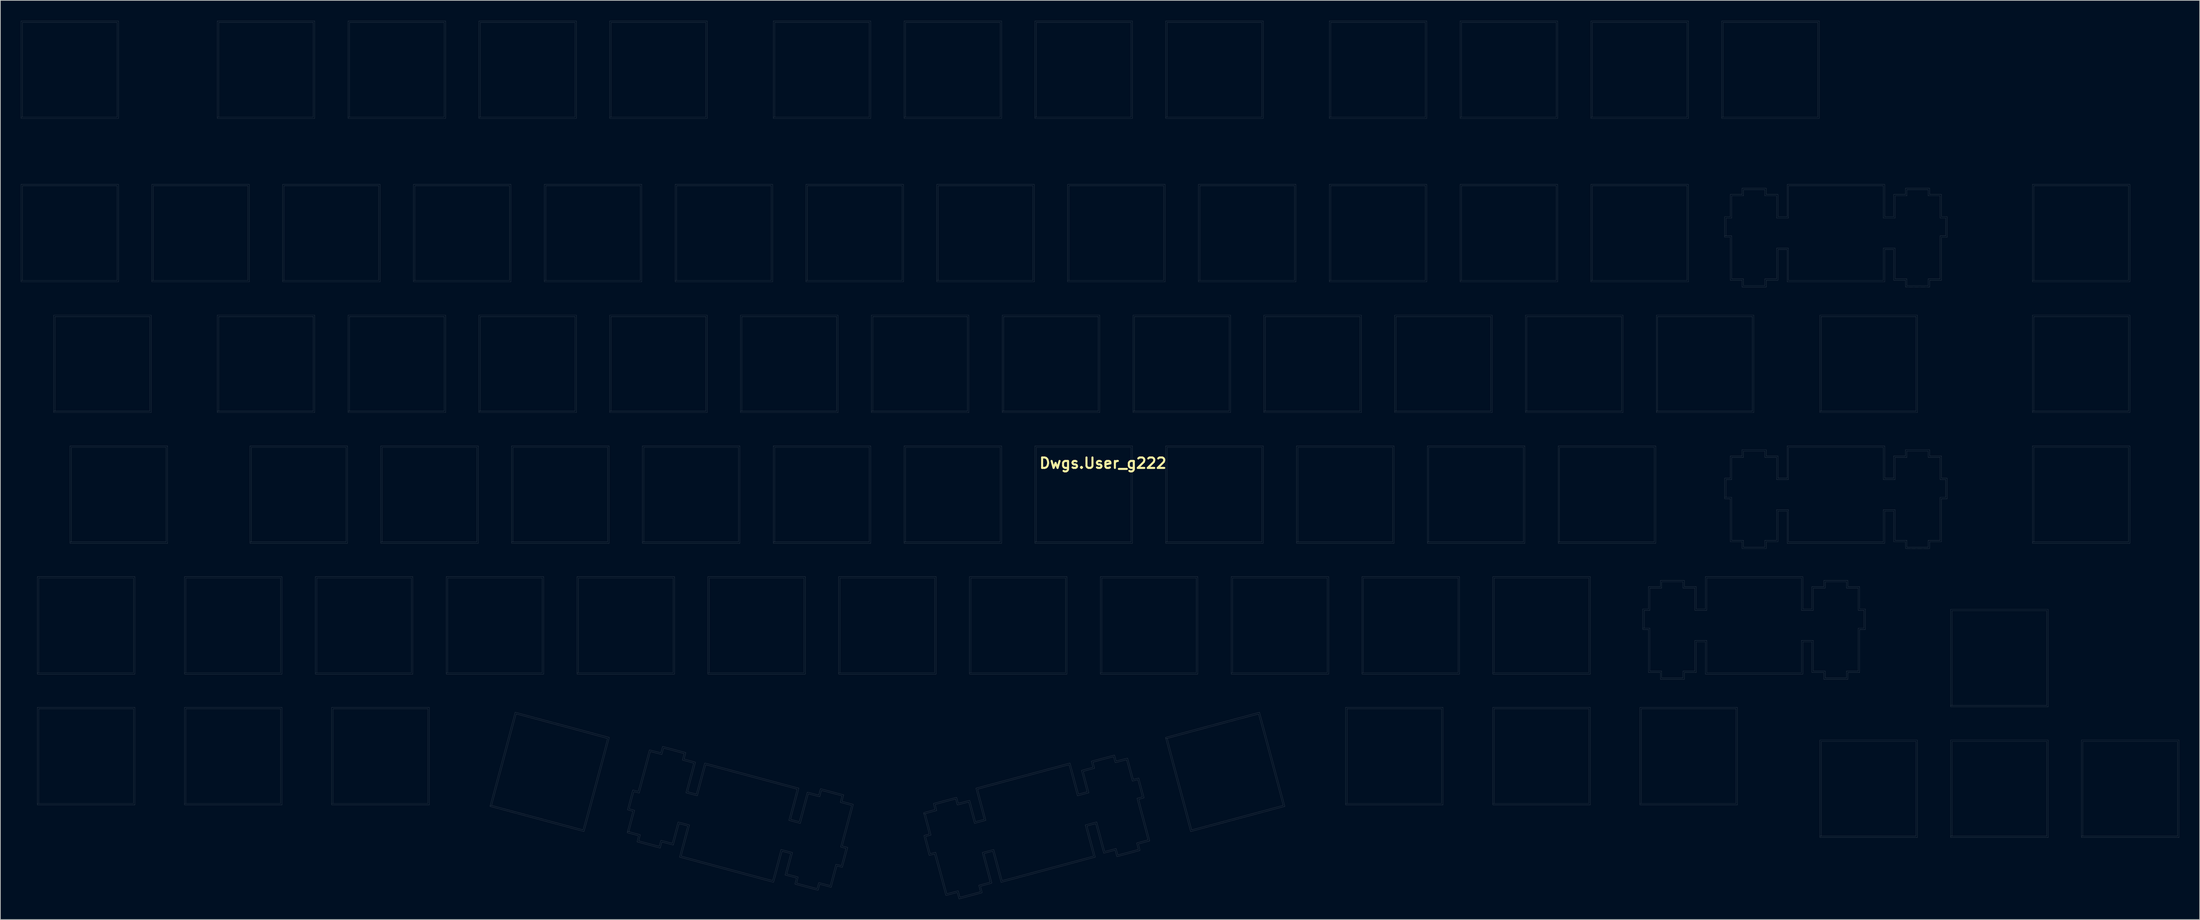
<source format=kicad_pcb>
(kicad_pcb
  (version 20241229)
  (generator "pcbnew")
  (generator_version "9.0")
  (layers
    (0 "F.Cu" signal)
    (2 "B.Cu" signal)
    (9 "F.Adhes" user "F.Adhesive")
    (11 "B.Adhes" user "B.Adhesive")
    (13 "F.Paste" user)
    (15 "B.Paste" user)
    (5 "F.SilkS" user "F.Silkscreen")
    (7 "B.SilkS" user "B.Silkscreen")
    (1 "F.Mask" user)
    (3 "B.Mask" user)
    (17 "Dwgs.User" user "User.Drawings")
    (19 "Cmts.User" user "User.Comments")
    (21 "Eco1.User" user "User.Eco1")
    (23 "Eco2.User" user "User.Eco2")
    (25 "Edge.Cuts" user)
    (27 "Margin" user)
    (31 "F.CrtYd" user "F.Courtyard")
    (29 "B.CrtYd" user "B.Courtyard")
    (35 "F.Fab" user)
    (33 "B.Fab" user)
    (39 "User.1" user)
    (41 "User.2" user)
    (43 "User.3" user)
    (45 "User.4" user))
  (footprint "Dwgs.User_g222"
    (layer "F.Cu")
    (at 157.548 64.436)
    (property "Reference" "Dwgs.User_g222" (at 0 0 0) (layer "F.SilkS") (effects (font (size 1.524 1.524) (thickness 0.3))))
    (attr through_hole)
    (fp_poly (pts (xy -143.341 -50.228) (xy -157.543 -50.228) (xy -157.543 -64.22) (xy -157.332 -64.22) (xy -157.332 -50.44) (xy -143.552 -50.44) (xy -143.552 -64.22) (xy -157.332 -64.22) (xy -157.543 -64.22) (xy -157.543 -64.431) (xy -143.341 -64.431) (xy -143.341 -50.228)) (stroke (width 0.01) (type solid)) (fill no) (layer "Dwgs.User"))
    (fp_poly (pts (xy -143.341 -26.416) (xy -157.543 -26.416) (xy -157.543 -40.407) (xy -157.332 -40.407) (xy -157.332 -26.628) (xy -143.552 -26.628) (xy -143.552 -40.407) (xy -157.332 -40.407) (xy -157.543 -40.407) (xy -157.543 -40.619) (xy -143.341 -40.619) (xy -143.341 -26.416)) (stroke (width 0.01) (type solid)) (fill no) (layer "Dwgs.User"))
    (fp_poly (pts (xy -140.949 30.734) (xy -155.173 30.734) (xy -155.173 16.743) (xy -154.961 16.743) (xy -154.961 30.522) (xy -141.161 30.522) (xy -141.161 16.743) (xy -154.961 16.743) (xy -155.173 16.743) (xy -155.173 16.531) (xy -140.949 16.531) (xy -140.949 30.734)) (stroke (width 0.01) (type solid)) (fill no) (layer "Dwgs.User"))
    (fp_poly (pts (xy -140.949 49.784) (xy -155.173 49.784) (xy -155.173 35.793) (xy -154.961 35.793) (xy -154.961 49.572) (xy -141.161 49.572) (xy -141.161 35.793) (xy -154.961 35.793) (xy -155.173 35.793) (xy -155.173 35.581) (xy -140.949 35.581) (xy -140.949 49.784)) (stroke (width 0.01) (type solid)) (fill no) (layer "Dwgs.User"))
    (fp_poly (pts (xy -138.578 -7.366) (xy -152.781 -7.366) (xy -152.781 -21.357) (xy -152.569 -21.357) (xy -152.569 -7.578) (xy -138.79 -7.578) (xy -138.79 -21.357) (xy -152.569 -21.357) (xy -152.781 -21.357) (xy -152.781 -21.569) (xy -138.578 -21.569) (xy -138.578 -7.366)) (stroke (width 0.01) (type solid)) (fill no) (layer "Dwgs.User"))
    (fp_poly (pts (xy -136.186 11.684) (xy -150.41 11.684) (xy -150.41 -2.307) (xy -150.199 -2.307) (xy -150.199 11.472) (xy -136.398 11.472) (xy -136.398 -2.307) (xy -150.199 -2.307) (xy -150.41 -2.307) (xy -150.41 -2.519) (xy -136.186 -2.519) (xy -136.186 11.684)) (stroke (width 0.01) (type solid)) (fill no) (layer "Dwgs.User"))
    (fp_poly (pts (xy -124.291 -26.416) (xy -138.494 -26.416) (xy -138.494 -40.407) (xy -138.282 -40.407) (xy -138.282 -26.628) (xy -124.502 -26.628) (xy -124.502 -40.407) (xy -138.282 -40.407) (xy -138.494 -40.407) (xy -138.494 -40.619) (xy -124.291 -40.619) (xy -124.291 -26.416)) (stroke (width 0.01) (type solid)) (fill no) (layer "Dwgs.User"))
    (fp_poly (pts (xy -119.528 30.734) (xy -133.731 30.734) (xy -133.731 16.743) (xy -133.519 16.743) (xy -133.519 30.522) (xy -119.74 30.522) (xy -119.74 16.743) (xy -133.519 16.743) (xy -133.731 16.743) (xy -133.731 16.531) (xy -119.528 16.531) (xy -119.528 30.734)) (stroke (width 0.01) (type solid)) (fill no) (layer "Dwgs.User"))
    (fp_poly (pts (xy -119.528 49.784) (xy -133.731 49.784) (xy -133.731 35.793) (xy -133.519 35.793) (xy -133.519 49.572) (xy -119.74 49.572) (xy -119.74 35.793) (xy -133.519 35.793) (xy -133.731 35.793) (xy -133.731 35.581) (xy -119.528 35.581) (xy -119.528 49.784)) (stroke (width 0.01) (type solid)) (fill no) (layer "Dwgs.User"))
    (fp_poly (pts (xy -114.766 -50.228) (xy -128.969 -50.228) (xy -128.969 -64.22) (xy -128.757 -64.22) (xy -128.757 -50.44) (xy -114.977 -50.44) (xy -114.977 -64.22) (xy -128.757 -64.22) (xy -128.969 -64.22) (xy -128.969 -64.431) (xy -114.766 -64.431) (xy -114.766 -50.228)) (stroke (width 0.01) (type solid)) (fill no) (layer "Dwgs.User"))
    (fp_poly (pts (xy -114.766 -7.366) (xy -128.969 -7.366) (xy -128.969 -21.357) (xy -128.757 -21.357) (xy -128.757 -7.578) (xy -114.977 -7.578) (xy -114.977 -21.357) (xy -128.757 -21.357) (xy -128.969 -21.357) (xy -128.969 -21.569) (xy -114.766 -21.569) (xy -114.766 -7.366)) (stroke (width 0.01) (type solid)) (fill no) (layer "Dwgs.User"))
    (fp_poly (pts (xy -110.003 11.684) (xy -124.206 11.684) (xy -124.206 -2.307) (xy -123.994 -2.307) (xy -123.994 11.472) (xy -110.215 11.472) (xy -110.215 -2.307) (xy -123.994 -2.307) (xy -124.206 -2.307) (xy -124.206 -2.519) (xy -110.003 -2.519) (xy -110.003 11.684)) (stroke (width 0.01) (type solid)) (fill no) (layer "Dwgs.User"))
    (fp_poly (pts (xy -105.241 -26.416) (xy -119.444 -26.416) (xy -119.444 -40.407) (xy -119.232 -40.407) (xy -119.232 -26.628) (xy -105.452 -26.628) (xy -105.452 -40.407) (xy -119.232 -40.407) (xy -119.444 -40.407) (xy -119.444 -40.619) (xy -105.241 -40.619) (xy -105.241 -26.416)) (stroke (width 0.01) (type solid)) (fill no) (layer "Dwgs.User"))
    (fp_poly (pts (xy -100.478 30.734) (xy -114.681 30.734) (xy -114.681 16.743) (xy -114.469 16.743) (xy -114.469 30.522) (xy -100.69 30.522) (xy -100.69 16.743) (xy -114.469 16.743) (xy -114.681 16.743) (xy -114.681 16.531) (xy -100.478 16.531) (xy -100.478 30.734)) (stroke (width 0.01) (type solid)) (fill no) (layer "Dwgs.User"))
    (fp_poly (pts (xy -98.086 49.784) (xy -112.31 49.784) (xy -112.31 35.793) (xy -112.099 35.793) (xy -112.099 49.572) (xy -98.298 49.572) (xy -98.298 35.793) (xy -112.099 35.793) (xy -112.31 35.793) (xy -112.31 35.581) (xy -98.086 35.581) (xy -98.086 49.784)) (stroke (width 0.01) (type solid)) (fill no) (layer "Dwgs.User"))
    (fp_poly (pts (xy -95.716 -50.228) (xy -109.918 -50.228) (xy -109.918 -64.22) (xy -109.707 -64.22) (xy -109.707 -50.44) (xy -95.927 -50.44) (xy -95.927 -64.22) (xy -109.707 -64.22) (xy -109.918 -64.22) (xy -109.918 -64.431) (xy -95.716 -64.431) (xy -95.716 -50.228)) (stroke (width 0.01) (type solid)) (fill no) (layer "Dwgs.User"))
    (fp_poly (pts (xy -95.716 -7.366) (xy -109.918 -7.366) (xy -109.918 -21.357) (xy -109.707 -21.357) (xy -109.707 -7.578) (xy -95.927 -7.578) (xy -95.927 -21.357) (xy -109.707 -21.357) (xy -109.918 -21.357) (xy -109.918 -21.569) (xy -95.716 -21.569) (xy -95.716 -7.366)) (stroke (width 0.01) (type solid)) (fill no) (layer "Dwgs.User"))
    (fp_poly (pts (xy -90.953 11.684) (xy -105.156 11.684) (xy -105.156 -2.307) (xy -104.944 -2.307) (xy -104.944 11.472) (xy -91.165 11.472) (xy -91.165 -2.307) (xy -104.944 -2.307) (xy -105.156 -2.307) (xy -105.156 -2.519) (xy -90.953 -2.519) (xy -90.953 11.684)) (stroke (width 0.01) (type solid)) (fill no) (layer "Dwgs.User"))
    (fp_poly (pts (xy -86.191 -26.416) (xy -100.394 -26.416) (xy -100.394 -40.407) (xy -100.182 -40.407) (xy -100.182 -26.628) (xy -86.402 -26.628) (xy -86.402 -40.407) (xy -100.182 -40.407) (xy -100.394 -40.407) (xy -100.394 -40.619) (xy -86.191 -40.619) (xy -86.191 -26.416)) (stroke (width 0.01) (type solid)) (fill no) (layer "Dwgs.User"))
    (fp_poly (pts (xy -81.428 30.734) (xy -95.631 30.734) (xy -95.631 16.743) (xy -95.419 16.743) (xy -95.419 30.522) (xy -81.64 30.522) (xy -81.64 16.743) (xy -95.419 16.743) (xy -95.631 16.743) (xy -95.631 16.531) (xy -81.428 16.531) (xy -81.428 30.734)) (stroke (width 0.01) (type solid)) (fill no) (layer "Dwgs.User"))
    (fp_poly (pts (xy -76.666 -50.228) (xy -90.868 -50.228) (xy -90.868 -64.22) (xy -90.657 -64.22) (xy -90.657 -50.44) (xy -76.877 -50.44) (xy -76.877 -64.22) (xy -90.657 -64.22) (xy -90.868 -64.22) (xy -90.868 -64.431) (xy -76.666 -64.431) (xy -76.666 -50.228)) (stroke (width 0.01) (type solid)) (fill no) (layer "Dwgs.User"))
    (fp_poly (pts (xy -76.666 -7.366) (xy -90.868 -7.366) (xy -90.868 -21.357) (xy -90.657 -21.357) (xy -90.657 -7.578) (xy -76.877 -7.578) (xy -76.877 -21.357) (xy -90.657 -21.357) (xy -90.868 -21.357) (xy -90.868 -21.569) (xy -76.666 -21.569) (xy -76.666 -7.366)) (stroke (width 0.01) (type solid)) (fill no) (layer "Dwgs.User"))
    (fp_poly (pts (xy -71.903 11.684) (xy -86.106 11.684) (xy -86.106 -2.307) (xy -85.894 -2.307) (xy -85.894 11.472) (xy -72.115 11.472) (xy -72.115 -2.307) (xy -85.894 -2.307) (xy -86.106 -2.307) (xy -86.106 -2.519) (xy -71.903 -2.519) (xy -71.903 11.684)) (stroke (width 0.01) (type solid)) (fill no) (layer "Dwgs.User"))
    (fp_poly (pts (xy -67.141 -26.416) (xy -81.344 -26.416) (xy -81.344 -40.407) (xy -81.132 -40.407) (xy -81.132 -26.628) (xy -67.352 -26.628) (xy -67.352 -40.407) (xy -81.132 -40.407) (xy -81.344 -40.407) (xy -81.344 -40.619) (xy -67.141 -40.619) (xy -67.141 -26.416)) (stroke (width 0.01) (type solid)) (fill no) (layer "Dwgs.User"))
    (fp_poly (pts (xy -62.378 30.734) (xy -76.581 30.734) (xy -76.581 16.743) (xy -76.369 16.743) (xy -76.369 30.522) (xy -62.59 30.522) (xy -62.59 16.743) (xy -76.369 16.743) (xy -76.581 16.743) (xy -76.581 16.531) (xy -62.378 16.531) (xy -62.378 30.734)) (stroke (width 0.01) (type solid)) (fill no) (layer "Dwgs.User"))
    (fp_poly (pts (xy -57.616 -50.228) (xy -71.819 -50.228) (xy -71.819 -64.22) (xy -71.607 -64.22) (xy -71.607 -50.44) (xy -57.827 -50.44) (xy -57.827 -64.22) (xy -71.607 -64.22) (xy -71.819 -64.22) (xy -71.819 -64.431) (xy -57.616 -64.431) (xy -57.616 -50.228)) (stroke (width 0.01) (type solid)) (fill no) (layer "Dwgs.User"))
    (fp_poly (pts (xy -57.616 -7.366) (xy -71.819 -7.366) (xy -71.819 -21.357) (xy -71.607 -21.357) (xy -71.607 -7.578) (xy -57.827 -7.578) (xy -57.827 -21.357) (xy -71.607 -21.357) (xy -71.819 -21.357) (xy -71.819 -21.569) (xy -57.616 -21.569) (xy -57.616 -7.366)) (stroke (width 0.01) (type solid)) (fill no) (layer "Dwgs.User"))
    (fp_poly (pts (xy -52.853 11.684) (xy -67.056 11.684) (xy -67.056 -2.307) (xy -66.844 -2.307) (xy -66.844 11.472) (xy -53.065 11.472) (xy -53.065 -2.307) (xy -66.844 -2.307) (xy -67.056 -2.307) (xy -67.056 -2.519) (xy -52.853 -2.519) (xy -52.853 11.684)) (stroke (width 0.01) (type solid)) (fill no) (layer "Dwgs.User"))
    (fp_poly (pts (xy -48.091 -26.416) (xy -62.294 -26.416) (xy -62.294 -40.407) (xy -62.082 -40.407) (xy -62.082 -26.628) (xy -48.302 -26.628) (xy -48.302 -40.407) (xy -62.082 -40.407) (xy -62.294 -40.407) (xy -62.294 -40.619) (xy -48.091 -40.619) (xy -48.091 -26.416)) (stroke (width 0.01) (type solid)) (fill no) (layer "Dwgs.User"))
    (fp_poly (pts (xy -43.328 30.734) (xy -57.531 30.734) (xy -57.531 16.743) (xy -57.319 16.743) (xy -57.319 30.522) (xy -43.54 30.522) (xy -43.54 16.743) (xy -57.319 16.743) (xy -57.531 16.743) (xy -57.531 16.531) (xy -43.328 16.531) (xy -43.328 30.734)) (stroke (width 0.01) (type solid)) (fill no) (layer "Dwgs.User"))
    (fp_poly (pts (xy -38.566 -7.366) (xy -52.769 -7.366) (xy -52.769 -21.357) (xy -52.557 -21.357) (xy -52.557 -7.578) (xy -38.777 -7.578) (xy -38.777 -21.357) (xy -52.557 -21.357) (xy -52.769 -21.357) (xy -52.769 -21.569) (xy -38.566 -21.569) (xy -38.566 -7.366)) (stroke (width 0.01) (type solid)) (fill no) (layer "Dwgs.User"))
    (fp_poly (pts (xy -33.803 -50.228) (xy -48.006 -50.228) (xy -48.006 -64.22) (xy -47.794 -64.22) (xy -47.794 -50.44) (xy -34.015 -50.44) (xy -34.015 -64.22) (xy -47.794 -64.22) (xy -48.006 -64.22) (xy -48.006 -64.431) (xy -33.803 -64.431) (xy -33.803 -50.228)) (stroke (width 0.01) (type solid)) (fill no) (layer "Dwgs.User"))
    (fp_poly (pts (xy -33.803 11.684) (xy -48.006 11.684) (xy -48.006 -2.307) (xy -47.794 -2.307) (xy -47.794 11.472) (xy -34.015 11.472) (xy -34.015 -2.307) (xy -47.794 -2.307) (xy -48.006 -2.307) (xy -48.006 -2.519) (xy -33.803 -2.519) (xy -33.803 11.684)) (stroke (width 0.01) (type solid)) (fill no) (layer "Dwgs.User"))
    (fp_poly (pts (xy -29.041 -26.416) (xy -43.243 -26.416) (xy -43.243 -40.407) (xy -43.032 -40.407) (xy -43.032 -26.628) (xy -29.252 -26.628) (xy -29.252 -40.407) (xy -43.032 -40.407) (xy -43.243 -40.407) (xy -43.243 -40.619) (xy -29.041 -40.619) (xy -29.041 -26.416)) (stroke (width 0.01) (type solid)) (fill no) (layer "Dwgs.User"))
    (fp_poly (pts (xy -24.278 30.734) (xy -38.481 30.734) (xy -38.481 16.743) (xy -38.269 16.743) (xy -38.269 30.522) (xy -24.49 30.522) (xy -24.49 16.743) (xy -38.269 16.743) (xy -38.481 16.743) (xy -38.481 16.531) (xy -24.278 16.531) (xy -24.278 30.734)) (stroke (width 0.01) (type solid)) (fill no) (layer "Dwgs.User"))
    (fp_poly (pts (xy -19.516 -7.366) (xy -33.718 -7.366) (xy -33.718 -21.357) (xy -33.507 -21.357) (xy -33.507 -7.578) (xy -19.727 -7.578) (xy -19.727 -21.357) (xy -33.507 -21.357) (xy -33.718 -21.357) (xy -33.718 -21.569) (xy -19.516 -21.569) (xy -19.516 -7.366)) (stroke (width 0.01) (type solid)) (fill no) (layer "Dwgs.User"))
    (fp_poly (pts (xy -14.753 -50.228) (xy -28.956 -50.228) (xy -28.956 -64.22) (xy -28.744 -64.22) (xy -28.744 -50.44) (xy -14.965 -50.44) (xy -14.965 -64.22) (xy -28.744 -64.22) (xy -28.956 -64.22) (xy -28.956 -64.431) (xy -14.753 -64.431) (xy -14.753 -50.228)) (stroke (width 0.01) (type solid)) (fill no) (layer "Dwgs.User"))
    (fp_poly (pts (xy -14.753 11.684) (xy -28.956 11.684) (xy -28.956 -2.307) (xy -28.744 -2.307) (xy -28.744 11.472) (xy -14.965 11.472) (xy -14.965 -2.307) (xy -28.744 -2.307) (xy -28.956 -2.307) (xy -28.956 -2.519) (xy -14.753 -2.519) (xy -14.753 11.684)) (stroke (width 0.01) (type solid)) (fill no) (layer "Dwgs.User"))
    (fp_poly (pts (xy -9.991 -26.416) (xy -24.194 -26.416) (xy -24.194 -40.407) (xy -23.982 -40.407) (xy -23.982 -26.628) (xy -10.202 -26.628) (xy -10.202 -40.407) (xy -23.982 -40.407) (xy -24.194 -40.407) (xy -24.194 -40.619) (xy -9.991 -40.619) (xy -9.991 -26.416)) (stroke (width 0.01) (type solid)) (fill no) (layer "Dwgs.User"))
    (fp_poly (pts (xy -5.228 30.734) (xy -19.431 30.734) (xy -19.431 16.743) (xy -19.219 16.743) (xy -19.219 30.522) (xy -5.44 30.522) (xy -5.44 16.743) (xy -19.219 16.743) (xy -19.431 16.743) (xy -19.431 16.531) (xy -5.228 16.531) (xy -5.228 30.734)) (stroke (width 0.01) (type solid)) (fill no) (layer "Dwgs.User"))
    (fp_poly (pts (xy -0.466 -7.366) (xy -14.668 -7.366) (xy -14.668 -21.357) (xy -14.457 -21.357) (xy -14.457 -7.578) (xy -0.677 -7.578) (xy -0.677 -21.357) (xy -14.457 -21.357) (xy -14.668 -21.357) (xy -14.668 -21.569) (xy -0.466 -21.569) (xy -0.466 -7.366)) (stroke (width 0.01) (type solid)) (fill no) (layer "Dwgs.User"))
    (fp_poly (pts (xy 4.297 -50.228) (xy -9.906 -50.228) (xy -9.906 -64.22) (xy -9.694 -64.22) (xy -9.694 -50.44) (xy 4.085 -50.44) (xy 4.085 -64.22) (xy -9.694 -64.22) (xy -9.906 -64.22) (xy -9.906 -64.431) (xy 4.297 -64.431) (xy 4.297 -50.228)) (stroke (width 0.01) (type solid)) (fill no) (layer "Dwgs.User"))
    (fp_poly (pts (xy 4.297 11.684) (xy -9.906 11.684) (xy -9.906 -2.307) (xy -9.694 -2.307) (xy -9.694 11.472) (xy 4.085 11.472) (xy 4.085 -2.307) (xy -9.694 -2.307) (xy -9.906 -2.307) (xy -9.906 -2.519) (xy 4.297 -2.519) (xy 4.297 11.684)) (stroke (width 0.01) (type solid)) (fill no) (layer "Dwgs.User"))
    (fp_poly (pts (xy 9.059 -26.416) (xy -5.144 -26.416) (xy -5.144 -40.407) (xy -4.932 -40.407) (xy -4.932 -26.628) (xy 8.848 -26.628) (xy 8.848 -40.407) (xy -4.932 -40.407) (xy -5.144 -40.407) (xy -5.144 -40.619) (xy 9.059 -40.619) (xy 9.059 -26.416)) (stroke (width 0.01) (type solid)) (fill no) (layer "Dwgs.User"))
    (fp_poly (pts (xy 13.822 30.734) (xy -0.381 30.734) (xy -0.381 16.743) (xy -0.169 16.743) (xy -0.169 30.522) (xy 13.61 30.522) (xy 13.61 16.743) (xy -0.169 16.743) (xy -0.381 16.743) (xy -0.381 16.531) (xy 13.822 16.531) (xy 13.822 30.734)) (stroke (width 0.01) (type solid)) (fill no) (layer "Dwgs.User"))
    (fp_poly (pts (xy 18.584 -7.366) (xy 4.381 -7.366) (xy 4.381 -21.357) (xy 4.593 -21.357) (xy 4.593 -7.578) (xy 18.373 -7.578) (xy 18.373 -21.357) (xy 4.593 -21.357) (xy 4.381 -21.357) (xy 4.381 -21.569) (xy 18.584 -21.569) (xy 18.584 -7.366)) (stroke (width 0.01) (type solid)) (fill no) (layer "Dwgs.User"))
    (fp_poly (pts (xy 23.347 -50.228) (xy 9.144 -50.228) (xy 9.144 -64.22) (xy 9.356 -64.22) (xy 9.356 -50.44) (xy 23.135 -50.44) (xy 23.135 -64.22) (xy 9.356 -64.22) (xy 9.144 -64.22) (xy 9.144 -64.431) (xy 23.347 -64.431) (xy 23.347 -50.228)) (stroke (width 0.01) (type solid)) (fill no) (layer "Dwgs.User"))
    (fp_poly (pts (xy 23.347 11.684) (xy 9.144 11.684) (xy 9.144 -2.307) (xy 9.356 -2.307) (xy 9.356 11.472) (xy 23.135 11.472) (xy 23.135 -2.307) (xy 9.356 -2.307) (xy 9.144 -2.307) (xy 9.144 -2.519) (xy 23.347 -2.519) (xy 23.347 11.684)) (stroke (width 0.01) (type solid)) (fill no) (layer "Dwgs.User"))
    (fp_poly (pts (xy 28.109 -26.416) (xy 13.906 -26.416) (xy 13.906 -40.407) (xy 14.118 -40.407) (xy 14.118 -26.628) (xy 27.898 -26.628) (xy 27.898 -40.407) (xy 14.118 -40.407) (xy 13.906 -40.407) (xy 13.906 -40.619) (xy 28.109 -40.619) (xy 28.109 -26.416)) (stroke (width 0.01) (type solid)) (fill no) (layer "Dwgs.User"))
    (fp_poly (pts (xy 32.872 30.734) (xy 18.669 30.734) (xy 18.669 16.743) (xy 18.881 16.743) (xy 18.881 30.522) (xy 32.66 30.522) (xy 32.66 16.743) (xy 18.881 16.743) (xy 18.669 16.743) (xy 18.669 16.531) (xy 32.872 16.531) (xy 32.872 30.734)) (stroke (width 0.01) (type solid)) (fill no) (layer "Dwgs.User"))
    (fp_poly (pts (xy 37.634 -7.366) (xy 23.431 -7.366) (xy 23.431 -21.357) (xy 23.643 -21.357) (xy 23.643 -7.578) (xy 37.423 -7.578) (xy 37.423 -21.357) (xy 23.643 -21.357) (xy 23.431 -21.357) (xy 23.431 -21.569) (xy 37.634 -21.569) (xy 37.634 -7.366)) (stroke (width 0.01) (type solid)) (fill no) (layer "Dwgs.User"))
    (fp_poly (pts (xy 42.397 11.684) (xy 28.194 11.684) (xy 28.194 -2.307) (xy 28.406 -2.307) (xy 28.406 11.472) (xy 42.185 11.472) (xy 42.185 -2.307) (xy 28.406 -2.307) (xy 28.194 -2.307) (xy 28.194 -2.519) (xy 42.397 -2.519) (xy 42.397 11.684)) (stroke (width 0.01) (type solid)) (fill no) (layer "Dwgs.User"))
    (fp_poly (pts (xy 47.159 -50.228) (xy 32.956 -50.228) (xy 32.956 -64.22) (xy 33.168 -64.22) (xy 33.168 -50.44) (xy 46.948 -50.44) (xy 46.948 -64.22) (xy 33.168 -64.22) (xy 32.956 -64.22) (xy 32.956 -64.431) (xy 47.159 -64.431) (xy 47.159 -50.228)) (stroke (width 0.01) (type solid)) (fill no) (layer "Dwgs.User"))
    (fp_poly (pts (xy 47.159 -26.416) (xy 32.956 -26.416) (xy 32.956 -40.407) (xy 33.168 -40.407) (xy 33.168 -26.628) (xy 46.948 -26.628) (xy 46.948 -40.407) (xy 33.168 -40.407) (xy 32.956 -40.407) (xy 32.956 -40.619) (xy 47.159 -40.619) (xy 47.159 -26.416)) (stroke (width 0.01) (type solid)) (fill no) (layer "Dwgs.User"))
    (fp_poly (pts (xy 49.53 49.784) (xy 35.327 49.784) (xy 35.327 35.793) (xy 35.539 35.793) (xy 35.539 49.572) (xy 49.318 49.572) (xy 49.318 35.793) (xy 35.539 35.793) (xy 35.327 35.793) (xy 35.327 35.581) (xy 49.53 35.581) (xy 49.53 49.784)) (stroke (width 0.01) (type solid)) (fill no) (layer "Dwgs.User"))
    (fp_poly (pts (xy 51.922 30.734) (xy 37.719 30.734) (xy 37.719 16.743) (xy 37.91 16.743) (xy 37.91 30.522) (xy 51.71 30.522) (xy 51.71 16.743) (xy 37.91 16.743) (xy 37.719 16.743) (xy 37.719 16.531) (xy 51.922 16.531) (xy 51.922 30.734)) (stroke (width 0.01) (type solid)) (fill no) (layer "Dwgs.User"))
    (fp_poly (pts (xy 56.684 -7.366) (xy 42.481 -7.366) (xy 42.481 -21.357) (xy 42.693 -21.357) (xy 42.693 -7.578) (xy 56.473 -7.578) (xy 56.473 -21.357) (xy 42.693 -21.357) (xy 42.481 -21.357) (xy 42.481 -21.569) (xy 56.684 -21.569) (xy 56.684 -7.366)) (stroke (width 0.01) (type solid)) (fill no) (layer "Dwgs.User"))
    (fp_poly (pts (xy 61.447 11.684) (xy 47.244 11.684) (xy 47.244 -2.307) (xy 47.434 -2.307) (xy 47.434 11.472) (xy 61.235 11.472) (xy 61.235 -2.307) (xy 47.434 -2.307) (xy 47.244 -2.307) (xy 47.244 -2.519) (xy 61.447 -2.519) (xy 61.447 11.684)) (stroke (width 0.01) (type solid)) (fill no) (layer "Dwgs.User"))
    (fp_poly (pts (xy 66.209 -50.228) (xy 52.007 -50.228) (xy 52.007 -64.22) (xy 52.218 -64.22) (xy 52.218 -50.44) (xy 65.998 -50.44) (xy 65.998 -64.22) (xy 52.218 -64.22) (xy 52.007 -64.22) (xy 52.007 -64.431) (xy 66.209 -64.431) (xy 66.209 -50.228)) (stroke (width 0.01) (type solid)) (fill no) (layer "Dwgs.User"))
    (fp_poly (pts (xy 66.209 -26.416) (xy 52.007 -26.416) (xy 52.007 -40.407) (xy 52.218 -40.407) (xy 52.218 -26.628) (xy 65.998 -26.628) (xy 65.998 -40.407) (xy 52.218 -40.407) (xy 52.007 -40.407) (xy 52.007 -40.619) (xy 66.209 -40.619) (xy 66.209 -26.416)) (stroke (width 0.01) (type solid)) (fill no) (layer "Dwgs.User"))
    (fp_poly (pts (xy 70.972 30.734) (xy 56.769 30.734) (xy 56.769 16.743) (xy 56.959 16.743) (xy 56.959 30.522) (xy 70.76 30.522) (xy 70.76 16.743) (xy 56.959 16.743) (xy 56.769 16.743) (xy 56.769 16.531) (xy 70.972 16.531) (xy 70.972 30.734)) (stroke (width 0.01) (type solid)) (fill no) (layer "Dwgs.User"))
    (fp_poly (pts (xy 70.972 49.784) (xy 56.769 49.784) (xy 56.769 35.793) (xy 56.959 35.793) (xy 56.959 49.572) (xy 70.76 49.572) (xy 70.76 35.793) (xy 56.959 35.793) (xy 56.769 35.793) (xy 56.769 35.581) (xy 70.972 35.581) (xy 70.972 49.784)) (stroke (width 0.01) (type solid)) (fill no) (layer "Dwgs.User"))
    (fp_poly (pts (xy 75.734 -7.366) (xy 61.532 -7.366) (xy 61.532 -21.357) (xy 61.722 -21.357) (xy 61.722 -7.578) (xy 75.523 -7.578) (xy 75.523 -21.357) (xy 61.722 -21.357) (xy 61.532 -21.357) (xy 61.532 -21.569) (xy 75.734 -21.569) (xy 75.734 -7.366)) (stroke (width 0.01) (type solid)) (fill no) (layer "Dwgs.User"))
    (fp_poly (pts (xy 80.497 11.684) (xy 66.294 11.684) (xy 66.294 -2.307) (xy 66.484 -2.307) (xy 66.484 11.472) (xy 80.285 11.472) (xy 80.285 -2.307) (xy 66.484 -2.307) (xy 66.294 -2.307) (xy 66.294 -2.519) (xy 80.497 -2.519) (xy 80.497 11.684)) (stroke (width 0.01) (type solid)) (fill no) (layer "Dwgs.User"))
    (fp_poly (pts (xy 85.259 -50.228) (xy 71.056 -50.228) (xy 71.056 -64.22) (xy 71.247 -64.22) (xy 71.247 -50.44) (xy 85.048 -50.44) (xy 85.048 -64.22) (xy 71.247 -64.22) (xy 71.056 -64.22) (xy 71.056 -64.431) (xy 85.259 -64.431) (xy 85.259 -50.228)) (stroke (width 0.01) (type solid)) (fill no) (layer "Dwgs.User"))
    (fp_poly (pts (xy 85.259 -26.416) (xy 71.056 -26.416) (xy 71.056 -40.407) (xy 71.247 -40.407) (xy 71.247 -26.628) (xy 85.048 -26.628) (xy 85.048 -40.407) (xy 71.247 -40.407) (xy 71.056 -40.407) (xy 71.056 -40.619) (xy 85.259 -40.619) (xy 85.259 -26.416)) (stroke (width 0.01) (type solid)) (fill no) (layer "Dwgs.User"))
    (fp_poly (pts (xy 92.392 49.784) (xy 78.19 49.784) (xy 78.19 35.793) (xy 78.401 35.793) (xy 78.401 49.572) (xy 92.181 49.572) (xy 92.181 35.793) (xy 78.401 35.793) (xy 78.19 35.793) (xy 78.19 35.581) (xy 92.392 35.581) (xy 92.392 49.784)) (stroke (width 0.01) (type solid)) (fill no) (layer "Dwgs.User"))
    (fp_poly (pts (xy 94.784 -7.366) (xy 80.582 -7.366) (xy 80.582 -21.357) (xy 80.772 -21.357) (xy 80.772 -7.578) (xy 94.573 -7.578) (xy 94.573 -21.357) (xy 80.772 -21.357) (xy 80.582 -21.357) (xy 80.582 -21.569) (xy 94.784 -21.569) (xy 94.784 -7.366)) (stroke (width 0.01) (type solid)) (fill no) (layer "Dwgs.User"))
    (fp_poly (pts (xy 104.309 -50.228) (xy 90.106 -50.228) (xy 90.106 -64.22) (xy 90.297 -64.22) (xy 90.297 -50.44) (xy 104.098 -50.44) (xy 104.098 -64.22) (xy 90.297 -64.22) (xy 90.106 -64.22) (xy 90.106 -64.431) (xy 104.309 -64.431) (xy 104.309 -50.228)) (stroke (width 0.01) (type solid)) (fill no) (layer "Dwgs.User"))
    (fp_poly (pts (xy 118.597 -7.366) (xy 104.394 -7.366) (xy 104.394 -21.357) (xy 104.585 -21.357) (xy 104.585 -7.578) (xy 118.385 -7.578) (xy 118.385 -21.357) (xy 104.585 -21.357) (xy 104.394 -21.357) (xy 104.394 -21.569) (xy 118.597 -21.569) (xy 118.597 -7.366)) (stroke (width 0.01) (type solid)) (fill no) (layer "Dwgs.User"))
    (fp_poly (pts (xy 118.597 54.547) (xy 104.394 54.547) (xy 104.394 40.555) (xy 104.585 40.555) (xy 104.585 54.335) (xy 118.385 54.335) (xy 118.385 40.555) (xy 104.585 40.555) (xy 104.394 40.555) (xy 104.394 40.344) (xy 118.597 40.344) (xy 118.597 54.547)) (stroke (width 0.01) (type solid)) (fill no) (layer "Dwgs.User"))
    (fp_poly (pts (xy 137.647 35.496) (xy 123.423 35.496) (xy 123.423 21.505) (xy 123.635 21.505) (xy 123.635 35.285) (xy 137.435 35.285) (xy 137.435 21.505) (xy 123.635 21.505) (xy 123.423 21.505) (xy 123.423 21.294) (xy 137.647 21.294) (xy 137.647 35.496)) (stroke (width 0.01) (type solid)) (fill no) (layer "Dwgs.User"))
    (fp_poly (pts (xy 137.647 54.547) (xy 123.423 54.547) (xy 123.423 40.555) (xy 123.635 40.555) (xy 123.635 54.335) (xy 137.435 54.335) (xy 137.435 40.555) (xy 123.635 40.555) (xy 123.423 40.555) (xy 123.423 40.344) (xy 137.647 40.344) (xy 137.647 54.547)) (stroke (width 0.01) (type solid)) (fill no) (layer "Dwgs.User"))
    (fp_poly (pts (xy 149.542 -26.416) (xy 135.34 -26.416) (xy 135.34 -40.407) (xy 135.551 -40.407) (xy 135.551 -26.628) (xy 149.331 -26.628) (xy 149.331 -40.407) (xy 135.551 -40.407) (xy 135.34 -40.407) (xy 135.34 -40.619) (xy 149.542 -40.619) (xy 149.542 -26.416)) (stroke (width 0.01) (type solid)) (fill no) (layer "Dwgs.User"))
    (fp_poly (pts (xy 149.542 -7.366) (xy 135.34 -7.366) (xy 135.34 -21.357) (xy 135.551 -21.357) (xy 135.551 -7.578) (xy 149.331 -7.578) (xy 149.331 -21.357) (xy 135.551 -21.357) (xy 135.34 -21.357) (xy 135.34 -21.569) (xy 149.542 -21.569) (xy 149.542 -7.366)) (stroke (width 0.01) (type solid)) (fill no) (layer "Dwgs.User"))
    (fp_poly (pts (xy 149.542 11.684) (xy 135.34 11.684) (xy 135.34 -2.307) (xy 135.551 -2.307) (xy 135.551 11.472) (xy 149.331 11.472) (xy 149.331 -2.307) (xy 135.551 -2.307) (xy 135.34 -2.307) (xy 135.34 -2.519) (xy 149.542 -2.519) (xy 149.542 11.684)) (stroke (width 0.01) (type solid)) (fill no) (layer "Dwgs.User"))
    (fp_poly (pts (xy 156.697 54.547) (xy 142.473 54.547) (xy 142.473 40.555) (xy 142.685 40.555) (xy 142.685 54.335) (xy 156.485 54.335) (xy 156.485 40.555) (xy 142.685 40.555) (xy 142.473 40.555) (xy 142.473 40.344) (xy 156.697 40.344) (xy 156.697 54.547)) (stroke (width 0.01) (type solid)) (fill no) (layer "Dwgs.User"))
    (fp_poly (pts (xy 101.918 21.23) (xy 103.23 21.23) (xy 103.23 17.992) (xy 104.966 17.992) (xy 104.966 17.081) (xy 108.479 17.081) (xy 108.479 17.992) (xy 110.194 17.992) (xy 110.194 21.23) (xy 111.019 21.23) (xy 111.019 24.236) (xy 110.194 24.236) (xy 110.194 30.501) (xy 108.479 30.501) (xy 108.479 31.496) (xy 104.966 31.496) (xy 104.966 30.501) (xy 103.23 30.501) (xy 103.23 26.035) (xy 101.918 26.035) (xy 101.918 30.734) (xy 87.715 30.734) (xy 87.715 26.035) (xy 86.402 26.035) (xy 86.402 30.501) (xy 84.667 30.501) (xy 84.667 31.496) (xy 81.174 31.496) (xy 81.174 30.501) (xy 79.439 30.501) (xy 79.439 24.236) (xy 78.613 24.236) (xy 78.613 21.442) (xy 78.825 21.442) (xy 78.825 24.024) (xy 79.65 24.024) (xy 79.65 30.29) (xy 81.365 30.29) (xy 81.365 31.284) (xy 84.455 31.284) (xy 84.455 30.29) (xy 86.191 30.29) (xy 86.191 25.823) (xy 87.926 25.823) (xy 87.926 30.522) (xy 101.706 30.522) (xy 101.706 25.823) (xy 103.442 25.823) (xy 103.442 30.29) (xy 105.177 30.29) (xy 105.177 31.284) (xy 108.267 31.284) (xy 108.267 30.29) (xy 109.982 30.29) (xy 109.982 24.024) (xy 110.808 24.024) (xy 110.808 21.442) (xy 109.982 21.442) (xy 109.982 18.203) (xy 108.267 18.203) (xy 108.267 17.293) (xy 105.177 17.293) (xy 105.177 18.203) (xy 103.442 18.203) (xy 103.442 21.442) (xy 101.706 21.442) (xy 101.706 16.743) (xy 87.926 16.743) (xy 87.926 21.442) (xy 86.191 21.442) (xy 86.191 18.203) (xy 84.455 18.203) (xy 84.455 17.293) (xy 81.365 17.293) (xy 81.365 18.203) (xy 79.65 18.203) (xy 79.65 21.442) (xy 78.825 21.442) (xy 78.613 21.442) (xy 78.613 21.23) (xy 79.439 21.23) (xy 79.439 17.992) (xy 81.174 17.992) (xy 81.174 17.081) (xy 84.667 17.081) (xy 84.667 17.992) (xy 86.402 17.992) (xy 86.402 21.23) (xy 87.715 21.23) (xy 87.715 16.531) (xy 101.918 16.531) (xy 101.918 21.23)) (stroke (width 0.01) (type solid)) (fill no) (layer "Dwgs.User"))
    (fp_poly (pts (xy 113.834 -35.92) (xy 115.147 -35.92) (xy 115.147 -39.158) (xy 116.861 -39.158) (xy 116.861 -40.069) (xy 120.375 -40.069) (xy 120.375 -39.158) (xy 122.111 -39.158) (xy 122.111 -35.92) (xy 122.936 -35.92) (xy 122.936 -32.914) (xy 122.111 -32.914) (xy 122.111 -26.649) (xy 120.375 -26.649) (xy 120.375 -25.654) (xy 118.623 -25.659) (xy 116.872 -25.665) (xy 116.86 -26.649) (xy 115.147 -26.649) (xy 115.147 -31.115) (xy 113.834 -31.115) (xy 113.834 -26.416) (xy 99.632 -26.416) (xy 99.632 -31.115) (xy 98.298 -31.115) (xy 98.298 -26.649) (xy 96.584 -26.649) (xy 96.584 -25.654) (xy 93.07 -25.654) (xy 93.07 -26.649) (xy 91.355 -26.649) (xy 91.355 -32.914) (xy 90.53 -32.914) (xy 90.53 -35.708) (xy 90.742 -35.708) (xy 90.742 -33.126) (xy 91.567 -33.126) (xy 91.567 -26.86) (xy 93.281 -26.86) (xy 93.281 -25.866) (xy 96.372 -25.866) (xy 96.372 -26.86) (xy 98.086 -26.86) (xy 98.086 -31.327) (xy 99.822 -31.327) (xy 99.822 -26.628) (xy 113.623 -26.628) (xy 113.623 -31.327) (xy 115.358 -31.327) (xy 115.358 -26.86) (xy 117.073 -26.86) (xy 117.073 -25.866) (xy 120.163 -25.866) (xy 120.163 -26.86) (xy 121.899 -26.86) (xy 121.899 -33.126) (xy 122.724 -33.126) (xy 122.724 -35.708) (xy 121.899 -35.708) (xy 121.899 -38.947) (xy 120.163 -38.947) (xy 120.163 -39.857) (xy 117.073 -39.857) (xy 117.073 -38.947) (xy 115.358 -38.947) (xy 115.358 -35.708) (xy 113.623 -35.708) (xy 113.623 -40.407) (xy 99.822 -40.407) (xy 99.822 -35.708) (xy 98.086 -35.708) (xy 98.086 -38.947) (xy 96.372 -38.947) (xy 96.372 -39.857) (xy 93.281 -39.857) (xy 93.281 -38.947) (xy 91.567 -38.947) (xy 91.567 -35.708) (xy 90.742 -35.708) (xy 90.53 -35.708) (xy 90.53 -35.92) (xy 91.355 -35.92) (xy 91.355 -39.158) (xy 93.07 -39.158) (xy 93.07 -40.069) (xy 96.584 -40.069) (xy 96.584 -39.158) (xy 98.298 -39.158) (xy 98.298 -35.92) (xy 99.632 -35.92) (xy 99.632 -40.619) (xy 113.834 -40.619) (xy 113.834 -35.92)) (stroke (width 0.01) (type solid)) (fill no) (layer "Dwgs.User"))
    (fp_poly (pts (xy 113.834 2.18) (xy 115.147 2.18) (xy 115.147 -1.058) (xy 116.861 -1.058) (xy 116.861 -1.968) (xy 120.375 -1.968) (xy 120.375 -1.058) (xy 122.111 -1.058) (xy 122.111 2.18) (xy 122.936 2.18) (xy 122.936 5.186) (xy 122.111 5.186) (xy 122.111 11.451) (xy 120.375 11.451) (xy 120.375 12.446) (xy 118.623 12.441) (xy 116.872 12.435) (xy 116.86 11.451) (xy 115.147 11.451) (xy 115.147 6.985) (xy 113.834 6.985) (xy 113.834 11.684) (xy 99.632 11.684) (xy 99.632 6.985) (xy 98.298 6.985) (xy 98.298 11.451) (xy 96.584 11.451) (xy 96.584 12.446) (xy 93.07 12.446) (xy 93.07 11.451) (xy 91.355 11.451) (xy 91.355 5.186) (xy 90.53 5.186) (xy 90.53 2.392) (xy 90.742 2.392) (xy 90.742 4.974) (xy 91.567 4.974) (xy 91.567 11.239) (xy 93.281 11.239) (xy 93.281 12.234) (xy 96.372 12.234) (xy 96.372 11.239) (xy 98.086 11.239) (xy 98.086 6.773) (xy 99.822 6.773) (xy 99.822 11.472) (xy 113.623 11.472) (xy 113.623 6.773) (xy 115.358 6.773) (xy 115.358 11.239) (xy 117.073 11.239) (xy 117.073 12.234) (xy 120.163 12.234) (xy 120.163 11.239) (xy 121.899 11.239) (xy 121.899 4.974) (xy 122.724 4.974) (xy 122.724 2.392) (xy 121.899 2.392) (xy 121.899 -0.847) (xy 120.163 -0.847) (xy 120.163 -1.757) (xy 117.073 -1.757) (xy 117.073 -0.847) (xy 115.358 -0.847) (xy 115.358 2.392) (xy 113.623 2.392) (xy 113.623 -2.307) (xy 99.822 -2.307) (xy 99.822 2.392) (xy 98.086 2.392) (xy 98.086 -0.847) (xy 96.372 -0.847) (xy 96.372 -1.757) (xy 93.281 -1.757) (xy 93.281 -0.847) (xy 91.567 -0.847) (xy 91.567 2.392) (xy 90.742 2.392) (xy 90.53 2.392) (xy 90.53 2.18) (xy 91.355 2.18) (xy 91.355 -1.058) (xy 93.07 -1.058) (xy 93.07 -1.968) (xy 96.584 -1.968) (xy 96.584 -1.058) (xy 98.298 -1.058) (xy 98.298 2.18) (xy 99.632 2.18) (xy 99.632 -2.519) (xy 113.834 -2.519) (xy 113.834 2.18)) (stroke (width 0.01) (type solid)) (fill no) (layer "Dwgs.User"))
    (fp_poly (pts (xy 22.8 36.303) (xy 22.812 36.335) (xy 22.829 36.39) (xy 22.853 36.469) (xy 22.883 36.572) (xy 22.919 36.701) (xy 22.963 36.856) (xy 23.014 37.038) (xy 23.072 37.248) (xy 23.137 37.488) (xy 23.211 37.757) (xy 23.292 38.057) (xy 23.382 38.389) (xy 23.481 38.753) (xy 23.589 39.151) (xy 23.705 39.583) (xy 23.831 40.051) (xy 23.966 40.554) (xy 24.112 41.095) (xy 24.267 41.674) (xy 24.433 42.291) (xy 24.609 42.949) (xy 24.662 43.147) (xy 24.803 43.674) (xy 24.942 44.19) (xy 25.077 44.695) (xy 25.208 45.185) (xy 25.335 45.661) (xy 25.458 46.12) (xy 25.576 46.562) (xy 25.689 46.983) (xy 25.796 47.384) (xy 25.897 47.762) (xy 25.992 48.116) (xy 26.08 48.445) (xy 26.16 48.746) (xy 26.233 49.019) (xy 26.298 49.262) (xy 26.354 49.474) (xy 26.401 49.652) (xy 26.44 49.796) (xy 26.468 49.904) (xy 26.487 49.975) (xy 26.495 50.006) (xy 26.495 50.008) (xy 26.474 50.014) (xy 26.414 50.03) (xy 26.317 50.057) (xy 26.185 50.092) (xy 26.019 50.137) (xy 25.821 50.19) (xy 25.593 50.252) (xy 25.337 50.32) (xy 25.055 50.396) (xy 24.748 50.479) (xy 24.419 50.567) (xy 24.069 50.661) (xy 23.7 50.76) (xy 23.314 50.863) (xy 22.912 50.971) (xy 22.497 51.082) (xy 22.07 51.197) (xy 21.633 51.314) (xy 21.189 51.433) (xy 20.738 51.554) (xy 20.282 51.675) (xy 19.824 51.798) (xy 19.366 51.921) (xy 18.908 52.043) (xy 18.454 52.165) (xy 18.004 52.285) (xy 17.561 52.404) (xy 17.126 52.52) (xy 16.701 52.634) (xy 16.288 52.744) (xy 15.889 52.851) (xy 15.506 52.953) (xy 15.141 53.051) (xy 14.795 53.144) (xy 14.469 53.23) (xy 14.167 53.311) (xy 13.89 53.385) (xy 13.64 53.452) (xy 13.417 53.511) (xy 13.226 53.562) (xy 13.066 53.605) (xy 12.94 53.638) (xy 12.85 53.662) (xy 12.798 53.675) (xy 12.784 53.679) (xy 12.764 53.669) (xy 12.764 53.667) (xy 12.758 53.646) (xy 12.742 53.585) (xy 12.716 53.487) (xy 12.68 53.352) (xy 12.635 53.182) (xy 12.581 52.979) (xy 12.518 52.744) (xy 12.447 52.479) (xy 12.368 52.185) (xy 12.282 51.863) (xy 12.189 51.516) (xy 12.09 51.144) (xy 11.984 50.749) (xy 11.873 50.333) (xy 11.756 49.897) (xy 11.635 49.442) (xy 11.508 48.971) (xy 11.378 48.484) (xy 11.244 47.983) (xy 11.107 47.47) (xy 10.966 46.947) (xy 10.931 46.816) (xy 10.79 46.29) (xy 10.652 45.774) (xy 10.518 45.27) (xy 10.387 44.78) (xy 10.26 44.305) (xy 10.138 43.846) (xy 10.02 43.405) (xy 9.908 42.984) (xy 9.802 42.583) (xy 9.701 42.205) (xy 9.608 41.852) (xy 9.521 41.523) (xy 9.441 41.222) (xy 9.37 40.949) (xy 9.306 40.706) (xy 9.251 40.495) (xy 9.204 40.317) (xy 9.168 40.173) (xy 9.151 40.109) (xy 9.38 40.109) (xy 9.383 40.13) (xy 9.398 40.192) (xy 9.423 40.293) (xy 9.458 40.431) (xy 9.503 40.607) (xy 9.558 40.82) (xy 9.623 41.068) (xy 9.697 41.351) (xy 9.78 41.668) (xy 9.873 42.017) (xy 9.974 42.399) (xy 10.083 42.811) (xy 10.201 43.254) (xy 10.326 43.726) (xy 10.46 44.227) (xy 10.601 44.755) (xy 10.749 45.31) (xy 10.904 45.891) (xy 11.066 46.496) (xy 11.14 46.773) (xy 11.28 47.292) (xy 11.416 47.8) (xy 11.549 48.297) (xy 11.678 48.779) (xy 11.803 49.247) (xy 11.924 49.697) (xy 12.04 50.13) (xy 12.151 50.543) (xy 12.256 50.934) (xy 12.355 51.303) (xy 12.447 51.647) (xy 12.533 51.966) (xy 12.611 52.258) (xy 12.682 52.52) (xy 12.744 52.753) (xy 12.798 52.953) (xy 12.843 53.12) (xy 12.879 53.252) (xy 12.905 53.348) (xy 12.92 53.406) (xy 12.925 53.425) (xy 12.946 53.419) (xy 13.006 53.403) (xy 13.103 53.377) (xy 13.237 53.341) (xy 13.406 53.296) (xy 13.608 53.242) (xy 13.842 53.18) (xy 14.106 53.109) (xy 14.398 53.031) (xy 14.718 52.945) (xy 15.064 52.852) (xy 15.433 52.753) (xy 15.825 52.648) (xy 16.239 52.538) (xy 16.671 52.422) (xy 17.122 52.301) (xy 17.589 52.176) (xy 18.071 52.047) (xy 18.567 51.914) (xy 19.075 51.778) (xy 19.519 51.659) (xy 20.036 51.521) (xy 20.543 51.385) (xy 21.038 51.252) (xy 21.52 51.123) (xy 21.987 50.998) (xy 22.438 50.877) (xy 22.87 50.761) (xy 23.283 50.651) (xy 23.675 50.545) (xy 24.045 50.447) (xy 24.39 50.354) (xy 24.71 50.268) (xy 25.002 50.19) (xy 25.266 50.119) (xy 25.499 50.057) (xy 25.7 50.003) (xy 25.868 49.958) (xy 26.001 49.922) (xy 26.098 49.896) (xy 26.156 49.881) (xy 26.175 49.876) (xy 26.24 49.858) (xy 24.46 43.213) (xy 24.32 42.695) (xy 24.184 42.186) (xy 24.051 41.69) (xy 23.921 41.208) (xy 23.795 40.74) (xy 23.674 40.29) (xy 23.557 39.857) (xy 23.446 39.444) (xy 23.34 39.052) (xy 23.24 38.684) (xy 23.146 38.339) (xy 23.06 38.02) (xy 22.98 37.728) (xy 22.909 37.466) (xy 22.845 37.233) (xy 22.79 37.033) (xy 22.743 36.865) (xy 22.706 36.733) (xy 22.679 36.637) (xy 22.662 36.579) (xy 22.655 36.561) (xy 22.633 36.565) (xy 22.572 36.581) (xy 22.472 36.606) (xy 22.337 36.641) (xy 22.167 36.686) (xy 21.964 36.739) (xy 21.729 36.801) (xy 21.464 36.871) (xy 21.171 36.949) (xy 20.85 37.034) (xy 20.505 37.126) (xy 20.136 37.224) (xy 19.744 37.328) (xy 19.332 37.438) (xy 18.9 37.553) (xy 18.451 37.673) (xy 17.986 37.797) (xy 17.507 37.926) (xy 17.014 38.057) (xy 16.51 38.192) (xy 16.221 38.27) (xy 15.709 38.407) (xy 15.207 38.541) (xy 14.716 38.673) (xy 14.237 38.801) (xy 13.773 38.925) (xy 13.324 39.046) (xy 12.894 39.161) (xy 12.482 39.271) (xy 12.091 39.376) (xy 11.722 39.475) (xy 11.377 39.567) (xy 11.058 39.652) (xy 10.766 39.731) (xy 10.503 39.801) (xy 10.27 39.863) (xy 10.07 39.917) (xy 9.903 39.962) (xy 9.771 39.997) (xy 9.676 40.023) (xy 9.619 40.038) (xy 9.606 40.041) (xy 9.517 40.066) (xy 9.443 40.087) (xy 9.394 40.103) (xy 9.38 40.109) (xy 9.151 40.109) (xy 9.14 40.065) (xy 9.123 39.995) (xy 9.116 39.964) (xy 9.116 39.962) (xy 9.138 39.956) (xy 9.198 39.939) (xy 9.295 39.912) (xy 9.428 39.876) (xy 9.595 39.831) (xy 9.793 39.777) (xy 10.022 39.715) (xy 10.278 39.646) (xy 10.56 39.57) (xy 10.867 39.487) (xy 11.197 39.398) (xy 11.548 39.304) (xy 11.917 39.204) (xy 12.303 39.1) (xy 12.705 38.992) (xy 13.12 38.881) (xy 13.547 38.766) (xy 13.984 38.649) (xy 14.428 38.529) (xy 14.879 38.408) (xy 15.334 38.286) (xy 15.792 38.163) (xy 16.25 38.04) (xy 16.707 37.918) (xy 17.161 37.796) (xy 17.61 37.676) (xy 18.053 37.557) (xy 18.487 37.441) (xy 18.91 37.327) (xy 19.322 37.217) (xy 19.72 37.111) (xy 20.101 37.009) (xy 20.465 36.911) (xy 20.81 36.819) (xy 21.134 36.733) (xy 21.434 36.653) (xy 21.709 36.579) (xy 21.958 36.513) (xy 22.177 36.455) (xy 22.367 36.404) (xy 22.524 36.363) (xy 22.647 36.33) (xy 22.734 36.308) (xy 22.784 36.295) (xy 22.795 36.293) (xy 22.8 36.303)) (stroke (width 0.01) (type solid)) (fill no) (layer "Dwgs.User"))
    (fp_poly (pts (xy -85.583 36.286) (xy -85.575 36.288) (xy -85.563 36.291) (xy -85.544 36.295) (xy -85.518 36.302) (xy -85.484 36.311) (xy -85.441 36.322) (xy -85.386 36.336) (xy -85.32 36.354) (xy -85.241 36.375) (xy -85.147 36.4) (xy -85.038 36.429) (xy -84.912 36.462) (xy -84.768 36.501) (xy -84.605 36.544) (xy -84.422 36.593) (xy -84.217 36.648) (xy -83.99 36.709) (xy -83.739 36.776) (xy -83.462 36.85) (xy -83.16 36.931) (xy -82.83 37.019) (xy -82.471 37.115) (xy -82.083 37.219) (xy -81.663 37.331) (xy -81.212 37.452) (xy -80.726 37.582) (xy -80.207 37.721) (xy -79.651 37.87) (xy -79.059 38.028) (xy -78.428 38.197) (xy -77.758 38.377) (xy -77.565 38.428) (xy -77.086 38.557) (xy -76.618 38.682) (xy -76.162 38.804) (xy -75.72 38.923) (xy -75.293 39.038) (xy -74.884 39.147) (xy -74.493 39.252) (xy -74.123 39.352) (xy -73.776 39.445) (xy -73.452 39.533) (xy -73.153 39.613) (xy -72.882 39.686) (xy -72.64 39.752) (xy -72.427 39.809) (xy -72.247 39.858) (xy -72.101 39.898) (xy -71.99 39.929) (xy -71.916 39.949) (xy -71.881 39.959) (xy -71.878 39.96) (xy -71.883 39.981) (xy -71.898 40.042) (xy -71.923 40.141) (xy -71.958 40.275) (xy -72.002 40.445) (xy -72.055 40.648) (xy -72.117 40.883) (xy -72.187 41.149) (xy -72.265 41.443) (xy -72.35 41.765) (xy -72.442 42.112) (xy -72.541 42.484) (xy -72.646 42.879) (xy -72.757 43.295) (xy -72.873 43.732) (xy -72.994 44.186) (xy -73.12 44.658) (xy -73.25 45.145) (xy -73.384 45.645) (xy -73.522 46.158) (xy -73.662 46.683) (xy -73.699 46.82) (xy -73.879 47.491) (xy -74.048 48.122) (xy -74.207 48.714) (xy -74.356 49.267) (xy -74.494 49.783) (xy -74.623 50.263) (xy -74.743 50.706) (xy -74.853 51.115) (xy -74.955 51.49) (xy -75.047 51.832) (xy -75.132 52.142) (xy -75.208 52.42) (xy -75.276 52.668) (xy -75.336 52.886) (xy -75.388 53.076) (xy -75.434 53.237) (xy -75.472 53.372) (xy -75.503 53.481) (xy -75.528 53.564) (xy -75.546 53.623) (xy -75.559 53.659) (xy -75.565 53.671) (xy -75.565 53.671) (xy -75.588 53.666) (xy -75.65 53.651) (xy -75.75 53.625) (xy -75.886 53.589) (xy -76.057 53.544) (xy -76.262 53.49) (xy -76.498 53.427) (xy -76.765 53.357) (xy -77.06 53.278) (xy -77.383 53.192) (xy -77.731 53.099) (xy -78.104 53) (xy -78.5 52.894) (xy -78.917 52.783) (xy -79.354 52.666) (xy -79.809 52.545) (xy -80.281 52.418) (xy -80.768 52.288) (xy -81.269 52.154) (xy -81.782 52.016) (xy -82.306 51.876) (xy -82.423 51.844) (xy -82.949 51.703) (xy -83.464 51.565) (xy -83.967 51.43) (xy -84.457 51.298) (xy -84.932 51.171) (xy -85.39 51.048) (xy -85.83 50.93) (xy -86.25 50.817) (xy -86.65 50.709) (xy -87.027 50.608) (xy -87.38 50.513) (xy -87.707 50.425) (xy -88.007 50.344) (xy -88.279 50.271) (xy -88.521 50.205) (xy -88.731 50.149) (xy -88.908 50.101) (xy -89.051 50.062) (xy -89.157 50.033) (xy -89.226 50.014) (xy -89.256 50.006) (xy -89.257 50.005) (xy -89.252 49.985) (xy -89.237 49.925) (xy -89.219 49.858) (xy -89 49.858) (xy -88.979 49.865) (xy -88.919 49.881) (xy -88.821 49.908) (xy -88.689 49.944) (xy -88.522 49.989) (xy -88.324 50.042) (xy -88.097 50.103) (xy -87.841 50.172) (xy -87.56 50.248) (xy -87.254 50.33) (xy -86.926 50.418) (xy -86.577 50.511) (xy -86.21 50.61) (xy -85.826 50.713) (xy -85.427 50.82) (xy -85.015 50.93) (xy -84.592 51.043) (xy -84.159 51.159) (xy -83.719 51.277) (xy -83.274 51.396) (xy -82.824 51.517) (xy -82.373 51.638) (xy -81.921 51.758) (xy -81.471 51.879) (xy -81.025 51.998) (xy -80.585 52.116) (xy -80.151 52.232) (xy -79.727 52.345) (xy -79.314 52.455) (xy -78.914 52.562) (xy -78.529 52.665) (xy -78.16 52.764) (xy -77.81 52.857) (xy -77.48 52.945) (xy -77.172 53.027) (xy -76.888 53.103) (xy -76.63 53.172) (xy -76.4 53.233) (xy -76.199 53.286) (xy -76.03 53.331) (xy -75.894 53.367) (xy -75.794 53.394) (xy -75.73 53.41) (xy -75.705 53.416) (xy -75.705 53.416) (xy -75.698 53.396) (xy -75.681 53.336) (xy -75.653 53.238) (xy -75.616 53.104) (xy -75.57 52.935) (xy -75.514 52.733) (xy -75.45 52.499) (xy -75.379 52.235) (xy -75.299 51.942) (xy -75.212 51.622) (xy -75.119 51.276) (xy -75.019 50.906) (xy -74.913 50.514) (xy -74.801 50.1) (xy -74.685 49.667) (xy -74.563 49.216) (xy -74.437 48.748) (xy -74.307 48.265) (xy -74.174 47.769) (xy -74.038 47.26) (xy -73.911 46.788) (xy -73.772 46.27) (xy -73.636 45.762) (xy -73.504 45.266) (xy -73.375 44.784) (xy -73.25 44.317) (xy -73.13 43.866) (xy -73.014 43.434) (xy -72.904 43.021) (xy -72.8 42.629) (xy -72.701 42.26) (xy -72.61 41.915) (xy -72.525 41.595) (xy -72.447 41.303) (xy -72.378 41.04) (xy -72.316 40.807) (xy -72.263 40.606) (xy -72.219 40.439) (xy -72.185 40.306) (xy -72.16 40.21) (xy -72.145 40.152) (xy -72.141 40.133) (xy -72.155 40.126) (xy -72.194 40.113) (xy -72.261 40.092) (xy -72.355 40.065) (xy -72.477 40.03) (xy -72.629 39.987) (xy -72.81 39.937) (xy -73.022 39.878) (xy -73.265 39.811) (xy -73.541 39.736) (xy -73.849 39.652) (xy -74.191 39.559) (xy -74.567 39.457) (xy -74.978 39.346) (xy -75.425 39.226) (xy -75.909 39.095) (xy -76.43 38.955) (xy -76.989 38.805) (xy -77.586 38.645) (xy -78.224 38.474) (xy -78.793 38.321) (xy -85.439 36.54) (xy -85.465 36.637) (xy -85.472 36.665) (xy -85.49 36.733) (xy -85.518 36.838) (xy -85.556 36.979) (xy -85.603 37.155) (xy -85.659 37.364) (xy -85.724 37.604) (xy -85.796 37.875) (xy -85.876 38.174) (xy -85.963 38.5) (xy -86.057 38.851) (xy -86.158 39.225) (xy -86.264 39.623) (xy -86.376 40.04) (xy -86.493 40.477) (xy -86.615 40.931) (xy -86.741 41.401) (xy -86.871 41.886) (xy -87.004 42.383) (xy -87.14 42.892) (xy -87.248 43.295) (xy -87.386 43.81) (xy -87.521 44.315) (xy -87.653 44.807) (xy -87.781 45.286) (xy -87.905 45.75) (xy -88.025 46.197) (xy -88.14 46.626) (xy -88.249 47.035) (xy -88.353 47.423) (xy -88.45 47.788) (xy -88.541 48.128) (xy -88.625 48.443) (xy -88.702 48.73) (xy -88.77 48.988) (xy -88.831 49.216) (xy -88.883 49.412) (xy -88.926 49.574) (xy -88.96 49.702) (xy -88.984 49.792) (xy -88.997 49.845) (xy -89 49.858) (xy -89.219 49.858) (xy -89.211 49.828) (xy -89.176 49.696) (xy -89.133 49.53) (xy -89.08 49.332) (xy -89.02 49.105) (xy -88.952 48.849) (xy -88.877 48.567) (xy -88.795 48.26) (xy -88.707 47.931) (xy -88.614 47.581) (xy -88.516 47.212) (xy -88.413 46.826) (xy -88.305 46.425) (xy -88.195 46.01) (xy -88.081 45.583) (xy -87.964 45.146) (xy -87.845 44.701) (xy -87.725 44.251) (xy -87.603 43.795) (xy -87.481 43.337) (xy -87.358 42.879) (xy -87.236 42.421) (xy -87.114 41.966) (xy -86.994 41.516) (xy -86.875 41.073) (xy -86.759 40.638) (xy -86.645 40.213) (xy -86.534 39.8) (xy -86.427 39.4) (xy -86.325 39.017) (xy -86.227 38.651) (xy -86.134 38.304) (xy -86.046 37.979) (xy -85.965 37.676) (xy -85.89 37.398) (xy -85.823 37.147) (xy -85.763 36.924) (xy -85.711 36.732) (xy -85.668 36.571) (xy -85.633 36.445) (xy -85.609 36.354) (xy -85.594 36.3) (xy -85.589 36.286) (xy -85.589 36.285) (xy -85.587 36.285) (xy -85.583 36.286)) (stroke (width 0.01) (type solid)) (fill no) (layer "Dwgs.User"))
    (fp_poly (pts (xy -64.096 41.276) (xy -64.037 41.29) (xy -63.945 41.313) (xy -63.823 41.344) (xy -63.675 41.382) (xy -63.505 41.426) (xy -63.315 41.475) (xy -63.111 41.529) (xy -62.895 41.585) (xy -62.672 41.644) (xy -62.445 41.704) (xy -62.217 41.765) (xy -61.993 41.824) (xy -61.776 41.882) (xy -61.57 41.937) (xy -61.378 41.989) (xy -61.205 42.036) (xy -61.053 42.077) (xy -60.927 42.112) (xy -60.83 42.139) (xy -60.766 42.158) (xy -60.739 42.167) (xy -60.738 42.167) (xy -60.741 42.189) (xy -60.754 42.246) (xy -60.775 42.331) (xy -60.803 42.44) (xy -60.836 42.567) (xy -60.855 42.639) (xy -60.891 42.772) (xy -60.922 42.891) (xy -60.947 42.99) (xy -60.965 43.062) (xy -60.973 43.103) (xy -60.974 43.109) (xy -60.953 43.116) (xy -60.896 43.132) (xy -60.806 43.157) (xy -60.689 43.189) (xy -60.548 43.227) (xy -60.388 43.27) (xy -60.214 43.317) (xy -60.155 43.333) (xy -59.93 43.394) (xy -59.744 43.445) (xy -59.596 43.487) (xy -59.483 43.522) (xy -59.403 43.548) (xy -59.355 43.568) (xy -59.336 43.581) (xy -59.335 43.582) (xy -59.34 43.607) (xy -59.355 43.669) (xy -59.379 43.767) (xy -59.413 43.898) (xy -59.454 44.058) (xy -59.503 44.246) (xy -59.559 44.458) (xy -59.62 44.692) (xy -59.687 44.945) (xy -59.759 45.214) (xy -59.834 45.497) (xy -59.9 45.741) (xy -59.978 46.032) (xy -60.053 46.312) (xy -60.123 46.577) (xy -60.189 46.825) (xy -60.25 47.054) (xy -60.305 47.26) (xy -60.352 47.441) (xy -60.393 47.594) (xy -60.425 47.716) (xy -60.448 47.805) (xy -60.461 47.859) (xy -60.464 47.874) (xy -60.442 47.881) (xy -60.386 47.897) (xy -60.301 47.921) (xy -60.194 47.95) (xy -60.07 47.984) (xy -59.936 48.02) (xy -59.797 48.057) (xy -59.66 48.093) (xy -59.531 48.127) (xy -59.415 48.157) (xy -59.32 48.181) (xy -59.25 48.199) (xy -59.213 48.207) (xy -59.208 48.208) (xy -59.202 48.187) (xy -59.185 48.128) (xy -59.16 48.033) (xy -59.125 47.906) (xy -59.082 47.748) (xy -59.032 47.562) (xy -58.975 47.351) (xy -58.912 47.117) (xy -58.844 46.863) (xy -58.771 46.592) (xy -58.694 46.306) (xy -58.614 46.009) (xy -58.599 45.952) (xy -58.519 45.652) (xy -58.442 45.364) (xy -58.368 45.09) (xy -58.298 44.833) (xy -58.234 44.595) (xy -58.176 44.379) (xy -58.124 44.187) (xy -58.079 44.023) (xy -58.043 43.889) (xy -58.014 43.788) (xy -57.996 43.722) (xy -57.987 43.693) (xy -57.987 43.692) (xy -57.963 43.692) (xy -57.91 43.701) (xy -57.844 43.716) (xy -57.807 43.726) (xy -57.732 43.746) (xy -57.62 43.775) (xy -57.473 43.814) (xy -57.294 43.862) (xy -57.084 43.918) (xy -56.844 43.982) (xy -56.578 44.054) (xy -56.286 44.132) (xy -55.97 44.216) (xy -55.632 44.307) (xy -55.275 44.402) (xy -54.899 44.503) (xy -54.508 44.608) (xy -54.101 44.717) (xy -53.682 44.829) (xy -53.252 44.944) (xy -52.814 45.062) (xy -52.368 45.181) (xy -51.917 45.302) (xy -51.462 45.424) (xy -51.006 45.546) (xy -50.55 45.668) (xy -50.096 45.79) (xy -49.646 45.911) (xy -49.202 46.03) (xy -48.765 46.147) (xy -48.337 46.262) (xy -47.921 46.374) (xy -47.518 46.482) (xy -47.129 46.586) (xy -46.758 46.686) (xy -46.405 46.78) (xy -46.072 46.87) (xy -45.761 46.953) (xy -45.475 47.03) (xy -45.214 47.1) (xy -44.982 47.163) (xy -44.778 47.217) (xy -44.606 47.264) (xy -44.467 47.301) (xy -44.364 47.329) (xy -44.297 47.347) (xy -44.269 47.355) (xy -44.268 47.355) (xy -44.273 47.376) (xy -44.288 47.435) (xy -44.312 47.53) (xy -44.345 47.658) (xy -44.387 47.816) (xy -44.436 48.002) (xy -44.492 48.213) (xy -44.554 48.447) (xy -44.622 48.701) (xy -44.694 48.972) (xy -44.77 49.258) (xy -44.85 49.556) (xy -44.867 49.621) (xy -44.948 49.921) (xy -45.025 50.21) (xy -45.098 50.485) (xy -45.166 50.743) (xy -45.229 50.981) (xy -45.286 51.198) (xy -45.336 51.39) (xy -45.379 51.555) (xy -45.414 51.69) (xy -45.44 51.792) (xy -45.456 51.859) (xy -45.462 51.889) (xy -45.462 51.89) (xy -45.44 51.898) (xy -45.382 51.916) (xy -45.296 51.94) (xy -45.188 51.97) (xy -45.064 52.004) (xy -44.929 52.041) (xy -44.792 52.077) (xy -44.656 52.113) (xy -44.53 52.146) (xy -44.419 52.175) (xy -44.329 52.198) (xy -44.266 52.213) (xy -44.238 52.218) (xy -44.238 52.218) (xy -44.23 52.209) (xy -44.218 52.182) (xy -44.201 52.134) (xy -44.178 52.064) (xy -44.15 51.97) (xy -44.115 51.849) (xy -44.073 51.701) (xy -44.023 51.523) (xy -43.966 51.314) (xy -43.899 51.071) (xy -43.824 50.793) (xy -43.739 50.478) (xy -43.644 50.123) (xy -43.635 50.09) (xy -43.557 49.799) (xy -43.482 49.518) (xy -43.41 49.252) (xy -43.343 49.003) (xy -43.281 48.773) (xy -43.225 48.565) (xy -43.175 48.383) (xy -43.133 48.228) (xy -43.098 48.104) (xy -43.073 48.013) (xy -43.057 47.957) (xy -43.052 47.941) (xy -43.028 47.94) (xy -42.964 47.951) (xy -42.863 47.973) (xy -42.725 48.006) (xy -42.552 48.05) (xy -42.345 48.104) (xy -42.236 48.133) (xy -42.058 48.18) (xy -41.893 48.224) (xy -41.745 48.264) (xy -41.618 48.298) (xy -41.518 48.325) (xy -41.448 48.344) (xy -41.413 48.354) (xy -41.41 48.354) (xy -41.397 48.337) (xy -41.375 48.282) (xy -41.346 48.192) (xy -41.31 48.071) (xy -41.268 47.921) (xy -41.26 47.893) (xy -41.219 47.742) (xy -41.187 47.627) (xy -41.162 47.543) (xy -41.142 47.487) (xy -41.126 47.452) (xy -41.112 47.435) (xy -41.098 47.431) (xy -41.093 47.431) (xy -41.064 47.438) (xy -40.999 47.455) (xy -40.901 47.48) (xy -40.774 47.514) (xy -40.621 47.554) (xy -40.447 47.6) (xy -40.255 47.652) (xy -40.049 47.707) (xy -39.833 47.764) (xy -39.609 47.824) (xy -39.383 47.885) (xy -39.157 47.946) (xy -38.935 48.005) (xy -38.722 48.063) (xy -38.52 48.117) (xy -38.334 48.167) (xy -38.167 48.213) (xy -38.023 48.252) (xy -37.906 48.284) (xy -37.819 48.308) (xy -37.765 48.323) (xy -37.75 48.328) (xy -37.753 48.35) (xy -37.765 48.407) (xy -37.786 48.493) (xy -37.814 48.602) (xy -37.848 48.728) (xy -37.867 48.8) (xy -37.903 48.933) (xy -37.934 49.052) (xy -37.959 49.15) (xy -37.978 49.222) (xy -37.987 49.262) (xy -37.988 49.268) (xy -37.967 49.275) (xy -37.91 49.291) (xy -37.82 49.315) (xy -37.703 49.347) (xy -37.563 49.385) (xy -37.404 49.428) (xy -37.23 49.475) (xy -37.179 49.488) (xy -37.001 49.536) (xy -36.836 49.581) (xy -36.687 49.622) (xy -36.56 49.657) (xy -36.46 49.685) (xy -36.39 49.705) (xy -36.355 49.716) (xy -36.352 49.717) (xy -36.354 49.74) (xy -36.367 49.803) (xy -36.391 49.907) (xy -36.427 50.051) (xy -36.474 50.235) (xy -36.531 50.46) (xy -36.6 50.724) (xy -36.68 51.027) (xy -36.771 51.371) (xy -36.873 51.754) (xy -36.985 52.176) (xy -37.109 52.637) (xy -37.138 52.747) (xy -37.231 53.095) (xy -37.322 53.432) (xy -37.408 53.755) (xy -37.49 54.062) (xy -37.567 54.351) (xy -37.639 54.62) (xy -37.704 54.867) (xy -37.763 55.088) (xy -37.815 55.283) (xy -37.858 55.448) (xy -37.893 55.581) (xy -37.919 55.681) (xy -37.935 55.745) (xy -37.941 55.77) (xy -37.941 55.77) (xy -37.92 55.777) (xy -37.864 55.794) (xy -37.78 55.817) (xy -37.675 55.847) (xy -37.554 55.879) (xy -37.549 55.881) (xy -37.428 55.914) (xy -37.322 55.943) (xy -37.237 55.967) (xy -37.181 55.983) (xy -37.158 55.991) (xy -37.158 55.991) (xy -37.162 56.012) (xy -37.177 56.07) (xy -37.2 56.161) (xy -37.231 56.28) (xy -37.27 56.425) (xy -37.314 56.591) (xy -37.362 56.773) (xy -37.415 56.969) (xy -37.47 57.173) (xy -37.526 57.382) (xy -37.583 57.593) (xy -37.639 57.8) (xy -37.693 58) (xy -37.745 58.19) (xy -37.793 58.364) (xy -37.835 58.52) (xy -37.872 58.652) (xy -37.902 58.758) (xy -37.923 58.833) (xy -37.935 58.873) (xy -37.938 58.878) (xy -37.961 58.877) (xy -38.019 58.867) (xy -38.104 58.848) (xy -38.211 58.822) (xy -38.332 58.791) (xy -38.333 58.79) (xy -38.454 58.759) (xy -38.56 58.733) (xy -38.645 58.714) (xy -38.703 58.702) (xy -38.726 58.7) (xy -38.726 58.7) (xy -38.733 58.722) (xy -38.75 58.782) (xy -38.777 58.876) (xy -38.811 59.001) (xy -38.853 59.154) (xy -38.902 59.333) (xy -38.956 59.533) (xy -39.015 59.752) (xy -39.079 59.986) (xy -39.145 60.233) (xy -39.15 60.253) (xy -39.216 60.501) (xy -39.28 60.736) (xy -39.339 60.955) (xy -39.393 61.157) (xy -39.441 61.336) (xy -39.483 61.491) (xy -39.517 61.618) (xy -39.543 61.714) (xy -39.56 61.775) (xy -39.567 61.799) (xy -39.567 61.799) (xy -39.588 61.795) (xy -39.645 61.78) (xy -39.734 61.757) (xy -39.851 61.726) (xy -39.992 61.689) (xy -40.152 61.647) (xy -40.327 61.6) (xy -40.394 61.582) (xy -40.573 61.534) (xy -40.74 61.49) (xy -40.889 61.451) (xy -41.016 61.419) (xy -41.117 61.394) (xy -41.187 61.377) (xy -41.223 61.37) (xy -41.227 61.37) (xy -41.235 61.393) (xy -41.252 61.45) (xy -41.277 61.535) (xy -41.307 61.643) (xy -41.341 61.766) (xy -41.347 61.789) (xy -41.382 61.915) (xy -41.413 62.028) (xy -41.438 62.121) (xy -41.457 62.187) (xy -41.467 62.22) (xy -41.467 62.222) (xy -41.489 62.221) (xy -41.551 62.209) (xy -41.653 62.186) (xy -41.793 62.152) (xy -41.971 62.107) (xy -42.186 62.052) (xy -42.437 61.986) (xy -42.724 61.91) (xy -43.046 61.824) (xy -43.155 61.795) (xy -43.414 61.725) (xy -43.66 61.659) (xy -43.892 61.596) (xy -44.106 61.538) (xy -44.299 61.486) (xy -44.467 61.44) (xy -44.609 61.401) (xy -44.72 61.37) (xy -44.798 61.347) (xy -44.84 61.335) (xy -44.847 61.332) (xy -44.845 61.309) (xy -44.833 61.252) (xy -44.813 61.166) (xy -44.787 61.057) (xy -44.754 60.932) (xy -44.742 60.887) (xy -44.626 60.453) (xy -44.692 60.432) (xy -44.727 60.422) (xy -44.797 60.403) (xy -44.899 60.375) (xy -45.027 60.34) (xy -45.175 60.3) (xy -45.339 60.256) (xy -45.515 60.209) (xy -45.519 60.208) (xy -45.691 60.162) (xy -45.85 60.119) (xy -45.991 60.081) (xy -46.109 60.049) (xy -46.201 60.024) (xy -46.261 60.007) (xy -46.285 60) (xy -46.285 59.999) (xy -46.281 59.979) (xy -46.266 59.92) (xy -46.242 59.827) (xy -46.209 59.703) (xy -46.169 59.55) (xy -46.122 59.373) (xy -46.069 59.173) (xy -46.011 58.954) (xy -45.949 58.72) (xy -45.883 58.474) (xy -45.875 58.445) (xy -45.809 58.197) (xy -45.746 57.961) (xy -45.687 57.74) (xy -45.634 57.538) (xy -45.587 57.357) (xy -45.546 57.201) (xy -45.514 57.073) (xy -45.489 56.975) (xy -45.474 56.912) (xy -45.469 56.886) (xy -45.469 56.886) (xy -45.492 56.878) (xy -45.549 56.86) (xy -45.635 56.836) (xy -45.743 56.806) (xy -45.868 56.772) (xy -46.002 56.736) (xy -46.139 56.699) (xy -46.275 56.663) (xy -46.401 56.63) (xy -46.512 56.601) (xy -46.603 56.578) (xy -46.665 56.563) (xy -46.694 56.557) (xy -46.694 56.557) (xy -46.702 56.566) (xy -46.714 56.593) (xy -46.731 56.641) (xy -46.753 56.71) (xy -46.781 56.803) (xy -46.816 56.923) (xy -46.858 57.069) (xy -46.907 57.245) (xy -46.964 57.452) (xy -47.029 57.691) (xy -47.103 57.966) (xy -47.187 58.277) (xy -47.281 58.626) (xy -47.332 58.817) (xy -47.428 59.174) (xy -47.514 59.493) (xy -47.59 59.775) (xy -47.657 60.023) (xy -47.715 60.238) (xy -47.766 60.423) (xy -47.81 60.579) (xy -47.847 60.709) (xy -47.878 60.816) (xy -47.903 60.9) (xy -47.924 60.965) (xy -47.941 61.012) (xy -47.954 61.044) (xy -47.964 61.063) (xy -47.971 61.07) (xy -47.974 61.07) (xy -48 61.063) (xy -48.066 61.046) (xy -48.168 61.019) (xy -48.305 60.983) (xy -48.476 60.937) (xy -48.678 60.883) (xy -48.91 60.822) (xy -49.17 60.752) (xy -49.456 60.676) (xy -49.766 60.593) (xy -50.098 60.504) (xy -50.451 60.41) (xy -50.822 60.31) (xy -51.211 60.206) (xy -51.614 60.098) (xy -52.031 59.986) (xy -52.459 59.871) (xy -52.897 59.754) (xy -53.342 59.635) (xy -53.793 59.513) (xy -54.249 59.391) (xy -54.706 59.268) (xy -55.164 59.146) (xy -55.621 59.023) (xy -56.074 58.901) (xy -56.522 58.781) (xy -56.964 58.662) (xy -57.397 58.546) (xy -57.819 58.432) (xy -58.228 58.322) (xy -58.624 58.216) (xy -59.004 58.114) (xy -59.365 58.016) (xy -59.707 57.924) (xy -60.028 57.838) (xy -60.325 57.758) (xy -60.597 57.685) (xy -60.842 57.618) (xy -61.058 57.56) (xy -61.243 57.51) (xy -61.396 57.468) (xy -61.515 57.436) (xy -61.598 57.413) (xy -61.642 57.401) (xy -61.65 57.398) (xy -61.646 57.377) (xy -61.632 57.318) (xy -61.608 57.225) (xy -61.576 57.1) (xy -61.537 56.947) (xy -61.49 56.769) (xy -61.438 56.569) (xy -61.381 56.351) (xy -61.32 56.117) (xy -61.255 55.87) (xy -61.187 55.614) (xy -61.118 55.352) (xy -61.048 55.087) (xy -60.978 54.823) (xy -60.909 54.562) (xy -60.842 54.307) (xy -60.776 54.063) (xy -60.715 53.831) (xy -60.657 53.615) (xy -60.604 53.419) (xy -60.557 53.245) (xy -60.517 53.097) (xy -60.484 52.977) (xy -60.461 52.895) (xy -60.466 52.884) (xy -60.488 52.87) (xy -60.531 52.852) (xy -60.598 52.829) (xy -60.695 52.801) (xy -60.823 52.765) (xy -60.986 52.72) (xy -61.077 52.696) (xy -61.233 52.655) (xy -61.375 52.619) (xy -61.499 52.588) (xy -61.6 52.564) (xy -61.671 52.548) (xy -61.709 52.541) (xy -61.714 52.542) (xy -61.721 52.564) (xy -61.739 52.623) (xy -61.765 52.717) (xy -61.8 52.843) (xy -61.842 52.997) (xy -61.891 53.175) (xy -61.945 53.376) (xy -62.004 53.595) (xy -62.067 53.829) (xy -62.134 54.076) (xy -62.139 54.095) (xy -62.205 54.342) (xy -62.268 54.577) (xy -62.327 54.797) (xy -62.381 54.998) (xy -62.429 55.178) (xy -62.471 55.332) (xy -62.505 55.459) (xy -62.531 55.555) (xy -62.548 55.616) (xy -62.555 55.64) (xy -62.555 55.64) (xy -62.575 55.636) (xy -62.632 55.621) (xy -62.721 55.598) (xy -62.839 55.567) (xy -62.979 55.53) (xy -63.139 55.488) (xy -63.314 55.441) (xy -63.382 55.423) (xy -63.612 55.361) (xy -63.804 55.312) (xy -63.957 55.273) (xy -64.074 55.246) (xy -64.156 55.229) (xy -64.205 55.223) (xy -64.221 55.225) (xy -64.23 55.252) (xy -64.249 55.314) (xy -64.274 55.403) (xy -64.305 55.514) (xy -64.339 55.639) (xy -64.347 55.668) (xy -64.458 56.086) (xy -64.566 56.058) (xy -64.732 56.014) (xy -64.918 55.964) (xy -65.122 55.91) (xy -65.339 55.852) (xy -65.566 55.791) (xy -65.8 55.728) (xy -66.037 55.664) (xy -66.274 55.601) (xy -66.506 55.538) (xy -66.731 55.477) (xy -66.944 55.419) (xy -67.143 55.365) (xy -67.324 55.315) (xy -67.483 55.272) (xy -67.617 55.235) (xy -67.721 55.206) (xy -67.794 55.185) (xy -67.83 55.174) (xy -67.834 55.173) (xy -67.832 55.149) (xy -67.821 55.091) (xy -67.802 55.005) (xy -67.775 54.897) (xy -67.743 54.773) (xy -67.734 54.736) (xy -67.697 54.593) (xy -67.668 54.473) (xy -67.648 54.38) (xy -67.639 54.319) (xy -67.64 54.294) (xy -67.664 54.284) (xy -67.725 54.265) (xy -67.817 54.238) (xy -67.937 54.204) (xy -68.08 54.164) (xy -68.241 54.12) (xy -68.416 54.073) (xy -68.463 54.06) (xy -68.641 54.013) (xy -68.804 53.968) (xy -68.951 53.929) (xy -69.075 53.895) (xy -69.173 53.868) (xy -69.239 53.85) (xy -69.271 53.84) (xy -69.273 53.84) (xy -69.268 53.819) (xy -69.254 53.76) (xy -69.23 53.669) (xy -69.013 53.669) (xy -68.995 53.68) (xy -68.939 53.7) (xy -68.848 53.729) (xy -68.725 53.765) (xy -68.574 53.808) (xy -68.397 53.857) (xy -68.202 53.91) (xy -68.023 53.958) (xy -67.857 54.003) (xy -67.708 54.043) (xy -67.58 54.079) (xy -67.479 54.107) (xy -67.408 54.128) (xy -67.373 54.14) (xy -67.37 54.141) (xy -67.371 54.165) (xy -67.382 54.223) (xy -67.401 54.31) (xy -67.428 54.418) (xy -67.46 54.543) (xy -67.472 54.585) (xy -67.506 54.714) (xy -67.536 54.827) (xy -67.559 54.921) (xy -67.574 54.987) (xy -67.581 55.021) (xy -67.581 55.024) (xy -67.559 55.031) (xy -67.5 55.048) (xy -67.408 55.074) (xy -67.288 55.107) (xy -67.142 55.146) (xy -66.975 55.192) (xy -66.791 55.241) (xy -66.594 55.294) (xy -66.387 55.349) (xy -66.175 55.406) (xy -65.962 55.463) (xy -65.751 55.518) (xy -65.546 55.573) (xy -65.352 55.624) (xy -65.172 55.671) (xy -65.011 55.713) (xy -64.871 55.749) (xy -64.757 55.779) (xy -64.674 55.8) (xy -64.624 55.811) (xy -64.612 55.814) (xy -64.604 55.791) (xy -64.587 55.735) (xy -64.563 55.649) (xy -64.534 55.542) (xy -64.5 55.418) (xy -64.492 55.385) (xy -64.457 55.258) (xy -64.424 55.146) (xy -64.396 55.054) (xy -64.373 54.989) (xy -64.358 54.958) (xy -64.356 54.956) (xy -64.331 54.959) (xy -64.27 54.973) (xy -64.176 54.995) (xy -64.056 55.025) (xy -63.912 55.061) (xy -63.751 55.103) (xy -63.575 55.15) (xy -63.519 55.165) (xy -62.705 55.383) (xy -62.295 53.848) (xy -62.229 53.601) (xy -62.166 53.366) (xy -62.106 53.145) (xy -62.052 52.942) (xy -62.003 52.761) (xy -61.96 52.605) (xy -61.925 52.476) (xy -61.898 52.379) (xy -61.88 52.316) (xy -61.872 52.29) (xy -61.872 52.29) (xy -61.85 52.288) (xy -61.792 52.297) (xy -61.697 52.318) (xy -61.563 52.349) (xy -61.391 52.393) (xy -61.18 52.448) (xy -61.034 52.487) (xy -60.855 52.535) (xy -60.688 52.58) (xy -60.539 52.621) (xy -60.412 52.656) (xy -60.31 52.684) (xy -60.24 52.704) (xy -60.204 52.715) (xy -60.201 52.716) (xy -60.205 52.737) (xy -60.22 52.797) (xy -60.244 52.892) (xy -60.277 53.02) (xy -60.319 53.178) (xy -60.367 53.364) (xy -60.423 53.576) (xy -60.485 53.81) (xy -60.553 54.064) (xy -60.625 54.335) (xy -60.701 54.621) (xy -60.781 54.919) (xy -60.798 54.984) (xy -60.878 55.284) (xy -60.956 55.573) (xy -61.029 55.847) (xy -61.097 56.105) (xy -61.161 56.344) (xy -61.218 56.56) (xy -61.268 56.752) (xy -61.311 56.916) (xy -61.347 57.05) (xy -61.373 57.153) (xy -61.39 57.219) (xy -61.396 57.249) (xy -61.396 57.25) (xy -61.376 57.256) (xy -61.316 57.272) (xy -61.22 57.299) (xy -61.09 57.334) (xy -60.927 57.378) (xy -60.735 57.43) (xy -60.515 57.489) (xy -60.27 57.555) (xy -60.001 57.628) (xy -59.712 57.706) (xy -59.403 57.788) (xy -59.079 57.876) (xy -58.739 57.967) (xy -58.388 58.061) (xy -58.227 58.104) (xy -57.832 58.21) (xy -57.423 58.32) (xy -57.005 58.432) (xy -56.582 58.545) (xy -56.16 58.658) (xy -55.741 58.77) (xy -55.331 58.88) (xy -54.934 58.987) (xy -54.554 59.089) (xy -54.195 59.185) (xy -53.862 59.274) (xy -53.56 59.355) (xy -53.292 59.427) (xy -53.181 59.457) (xy -52.857 59.543) (xy -52.509 59.637) (xy -52.144 59.735) (xy -51.769 59.835) (xy -51.392 59.936) (xy -51.019 60.036) (xy -50.657 60.133) (xy -50.315 60.225) (xy -49.998 60.31) (xy -49.716 60.385) (xy -49.703 60.389) (xy -49.451 60.456) (xy -49.211 60.519) (xy -48.986 60.578) (xy -48.779 60.632) (xy -48.593 60.68) (xy -48.432 60.72) (xy -48.299 60.753) (xy -48.195 60.778) (xy -48.126 60.793) (xy -48.094 60.798) (xy -48.092 60.798) (xy -48.084 60.776) (xy -48.067 60.715) (xy -48.04 60.619) (xy -48.004 60.489) (xy -47.96 60.33) (xy -47.909 60.142) (xy -47.852 59.93) (xy -47.788 59.695) (xy -47.719 59.44) (xy -47.646 59.169) (xy -47.57 58.882) (xy -47.49 58.584) (xy -47.477 58.536) (xy -47.397 58.237) (xy -47.32 57.949) (xy -47.247 57.676) (xy -47.179 57.419) (xy -47.115 57.182) (xy -47.057 56.967) (xy -47.006 56.777) (xy -46.963 56.614) (xy -46.927 56.481) (xy -46.9 56.381) (xy -46.882 56.316) (xy -46.874 56.288) (xy -46.874 56.288) (xy -46.854 56.292) (xy -46.798 56.306) (xy -46.711 56.328) (xy -46.6 56.357) (xy -46.468 56.391) (xy -46.322 56.43) (xy -46.166 56.471) (xy -46.007 56.513) (xy -45.848 56.556) (xy -45.695 56.596) (xy -45.554 56.634) (xy -45.429 56.668) (xy -45.326 56.696) (xy -45.251 56.717) (xy -45.208 56.73) (xy -45.2 56.732) (xy -45.205 56.753) (xy -45.219 56.81) (xy -45.243 56.901) (xy -45.274 57.021) (xy -45.313 57.166) (xy -45.357 57.333) (xy -45.406 57.517) (xy -45.458 57.715) (xy -45.514 57.923) (xy -45.571 58.137) (xy -45.628 58.353) (xy -45.685 58.567) (xy -45.741 58.776) (xy -45.794 58.975) (xy -45.844 59.161) (xy -45.89 59.33) (xy -45.929 59.477) (xy -45.962 59.599) (xy -45.988 59.693) (xy -46.002 59.744) (xy -46.032 59.851) (xy -45.215 60.069) (xy -45.035 60.117) (xy -44.869 60.162) (xy -44.72 60.203) (xy -44.593 60.238) (xy -44.492 60.267) (xy -44.421 60.288) (xy -44.385 60.299) (xy -44.382 60.301) (xy -44.383 60.324) (xy -44.394 60.383) (xy -44.413 60.469) (xy -44.44 60.578) (xy -44.472 60.703) (xy -44.483 60.746) (xy -44.517 60.874) (xy -44.547 60.988) (xy -44.57 61.081) (xy -44.586 61.148) (xy -44.593 61.181) (xy -44.593 61.184) (xy -44.571 61.191) (xy -44.513 61.208) (xy -44.422 61.233) (xy -44.302 61.266) (xy -44.156 61.306) (xy -43.99 61.351) (xy -43.806 61.401) (xy -43.609 61.454) (xy -43.403 61.509) (xy -43.192 61.566) (xy -42.98 61.623) (xy -42.77 61.679) (xy -42.566 61.734) (xy -42.374 61.785) (xy -42.196 61.833) (xy -42.036 61.875) (xy -41.899 61.911) (xy -41.788 61.94) (xy -41.708 61.961) (xy -41.662 61.972) (xy -41.653 61.974) (xy -41.631 61.963) (xy -41.609 61.923) (xy -41.584 61.848) (xy -41.577 61.823) (xy -41.555 61.741) (xy -41.526 61.632) (xy -41.494 61.511) (xy -41.464 61.397) (xy -41.435 61.295) (xy -41.409 61.209) (xy -41.386 61.147) (xy -41.371 61.117) (xy -41.368 61.115) (xy -41.344 61.119) (xy -41.282 61.132) (xy -41.189 61.154) (xy -41.069 61.184) (xy -40.925 61.221) (xy -40.764 61.263) (xy -40.588 61.309) (xy -40.531 61.325) (xy -39.716 61.543) (xy -39.307 60.008) (xy -39.241 59.761) (xy -39.178 59.525) (xy -39.118 59.305) (xy -39.064 59.102) (xy -39.015 58.921) (xy -38.973 58.765) (xy -38.937 58.636) (xy -38.911 58.538) (xy -38.893 58.475) (xy -38.885 58.449) (xy -38.885 58.449) (xy -38.863 58.444) (xy -38.806 58.452) (xy -38.713 58.471) (xy -38.582 58.504) (xy -38.484 58.529) (xy -38.362 58.561) (xy -38.255 58.589) (xy -38.169 58.609) (xy -38.111 58.622) (xy -38.087 58.626) (xy -38.087 58.626) (xy -38.079 58.603) (xy -38.062 58.544) (xy -38.036 58.453) (xy -38.003 58.335) (xy -37.965 58.192) (xy -37.921 58.031) (xy -37.874 57.854) (xy -37.824 57.667) (xy -37.772 57.474) (xy -37.72 57.279) (xy -37.67 57.086) (xy -37.621 56.899) (xy -37.575 56.724) (xy -37.533 56.564) (xy -37.497 56.423) (xy -37.467 56.306) (xy -37.445 56.218) (xy -37.432 56.162) (xy -37.429 56.142) (xy -37.452 56.134) (xy -37.509 56.116) (xy -37.594 56.092) (xy -37.699 56.063) (xy -37.807 56.034) (xy -37.926 56.002) (xy -38.031 55.973) (xy -38.114 55.949) (xy -38.17 55.931) (xy -38.19 55.923) (xy -38.187 55.901) (xy -38.173 55.841) (xy -38.149 55.744) (xy -38.116 55.613) (xy -38.075 55.451) (xy -38.025 55.259) (xy -37.968 55.04) (xy -37.904 54.795) (xy -37.834 54.528) (xy -37.758 54.241) (xy -37.677 53.935) (xy -37.591 53.614) (xy -37.502 53.279) (xy -37.409 52.932) (xy -37.402 52.905) (xy -37.309 52.558) (xy -37.219 52.221) (xy -37.133 51.899) (xy -37.051 51.591) (xy -36.974 51.302) (xy -36.903 51.033) (xy -36.838 50.787) (xy -36.779 50.565) (xy -36.728 50.37) (xy -36.685 50.205) (xy -36.65 50.071) (xy -36.625 49.971) (xy -36.609 49.907) (xy -36.603 49.882) (xy -36.603 49.882) (xy -36.625 49.872) (xy -36.682 49.853) (xy -36.772 49.826) (xy -36.89 49.792) (xy -37.031 49.752) (xy -37.191 49.707) (xy -37.365 49.66) (xy -37.42 49.645) (xy -37.598 49.597) (xy -37.763 49.552) (xy -37.911 49.512) (xy -38.037 49.477) (xy -38.136 49.449) (xy -38.205 49.429) (xy -38.238 49.419) (xy -38.241 49.418) (xy -38.238 49.395) (xy -38.226 49.338) (xy -38.205 49.252) (xy -38.177 49.143) (xy -38.144 49.016) (xy -38.125 48.945) (xy -38.09 48.812) (xy -38.058 48.694) (xy -38.032 48.596) (xy -38.014 48.524) (xy -38.004 48.485) (xy -38.003 48.478) (xy -38.024 48.471) (xy -38.082 48.454) (xy -38.173 48.429) (xy -38.294 48.396) (xy -38.439 48.357) (xy -38.606 48.312) (xy -38.79 48.263) (xy -38.987 48.21) (xy -39.194 48.155) (xy -39.406 48.099) (xy -39.62 48.043) (xy -39.831 47.987) (xy -40.036 47.934) (xy -40.23 47.883) (xy -40.41 47.836) (xy -40.571 47.794) (xy -40.711 47.759) (xy -40.824 47.73) (xy -40.907 47.709) (xy -40.956 47.698) (xy -40.968 47.696) (xy -40.98 47.718) (xy -41.001 47.776) (xy -41.028 47.862) (xy -41.06 47.971) (xy -41.094 48.096) (xy -41.107 48.143) (xy -41.142 48.274) (xy -41.173 48.391) (xy -41.2 48.487) (xy -41.22 48.558) (xy -41.232 48.596) (xy -41.234 48.601) (xy -41.257 48.6) (xy -41.316 48.589) (xy -41.407 48.568) (xy -41.527 48.54) (xy -41.67 48.504) (xy -41.834 48.462) (xy -42.013 48.414) (xy -42.07 48.399) (xy -42.249 48.351) (xy -42.415 48.307) (xy -42.564 48.268) (xy -42.69 48.235) (xy -42.791 48.209) (xy -42.861 48.192) (xy -42.896 48.184) (xy -42.899 48.184) (xy -42.905 48.205) (xy -42.922 48.264) (xy -42.948 48.358) (xy -42.982 48.486) (xy -43.025 48.644) (xy -43.075 48.829) (xy -43.132 49.039) (xy -43.194 49.271) (xy -43.262 49.522) (xy -43.333 49.79) (xy -43.409 50.073) (xy -43.48 50.336) (xy -43.558 50.629) (xy -43.633 50.91) (xy -43.705 51.177) (xy -43.772 51.426) (xy -43.833 51.656) (xy -43.889 51.864) (xy -43.938 52.046) (xy -43.98 52.201) (xy -44.014 52.325) (xy -44.038 52.416) (xy -44.053 52.472) (xy -44.058 52.489) (xy -44.079 52.484) (xy -44.135 52.47) (xy -44.221 52.448) (xy -44.333 52.419) (xy -44.464 52.384) (xy -44.61 52.346) (xy -44.766 52.304) (xy -44.926 52.262) (xy -45.085 52.219) (xy -45.238 52.178) (xy -45.379 52.14) (xy -45.504 52.106) (xy -45.606 52.078) (xy -45.682 52.057) (xy -45.725 52.045) (xy -45.734 52.042) (xy -45.729 52.021) (xy -45.713 51.962) (xy -45.688 51.868) (xy -45.655 51.741) (xy -45.613 51.583) (xy -45.563 51.397) (xy -45.507 51.186) (xy -45.445 50.952) (xy -45.377 50.698) (xy -45.304 50.427) (xy -45.228 50.141) (xy -45.148 49.843) (xy -45.129 49.773) (xy -45.035 49.42) (xy -44.951 49.106) (xy -44.876 48.828) (xy -44.811 48.584) (xy -44.755 48.372) (xy -44.707 48.19) (xy -44.667 48.035) (xy -44.634 47.905) (xy -44.607 47.798) (xy -44.586 47.711) (xy -44.571 47.643) (xy -44.561 47.591) (xy -44.555 47.553) (xy -44.553 47.527) (xy -44.553 47.51) (xy -44.557 47.5) (xy -44.563 47.495) (xy -44.566 47.494) (xy -44.593 47.486) (xy -44.658 47.468) (xy -44.761 47.44) (xy -44.898 47.403) (xy -45.069 47.357) (xy -45.271 47.302) (xy -45.503 47.24) (xy -45.762 47.17) (xy -46.047 47.094) (xy -46.356 47.011) (xy -46.687 46.922) (xy -47.038 46.828) (xy -47.407 46.729) (xy -47.793 46.626) (xy -48.194 46.519) (xy -48.607 46.408) (xy -49.031 46.294) (xy -49.464 46.178) (xy -49.905 46.061) (xy -50.351 45.941) (xy -50.8 45.821) (xy -51.251 45.701) (xy -51.702 45.58) (xy -52.151 45.46) (xy -52.596 45.341) (xy -53.035 45.224) (xy -53.466 45.109) (xy -53.888 44.996) (xy -54.299 44.886) (xy -54.696 44.78) (xy -55.078 44.678) (xy -55.444 44.581) (xy -55.791 44.488) (xy -56.117 44.401) (xy -56.421 44.321) (xy -56.7 44.246) (xy -56.953 44.179) (xy -57.178 44.119) (xy -57.374 44.067) (xy -57.537 44.024) (xy -57.667 43.99) (xy -57.762 43.965) (xy -57.819 43.95) (xy -57.837 43.946) (xy -57.844 43.967) (xy -57.86 44.026) (xy -57.886 44.121) (xy -57.921 44.249) (xy -57.963 44.407) (xy -58.014 44.593) (xy -58.07 44.804) (xy -58.133 45.038) (xy -58.201 45.291) (xy -58.274 45.562) (xy -58.351 45.847) (xy -58.43 46.145) (xy -58.442 46.19) (xy -58.523 46.49) (xy -58.6 46.778) (xy -58.673 47.052) (xy -58.743 47.309) (xy -58.807 47.547) (xy -58.865 47.763) (xy -58.917 47.954) (xy -58.962 48.119) (xy -58.999 48.253) (xy -59.027 48.355) (xy -59.046 48.421) (xy -59.055 48.45) (xy -59.055 48.45) (xy -59.079 48.451) (xy -59.144 48.44) (xy -59.247 48.417) (xy -59.389 48.383) (xy -59.569 48.337) (xy -59.786 48.28) (xy -59.888 48.253) (xy -60.067 48.205) (xy -60.233 48.16) (xy -60.382 48.119) (xy -60.509 48.084) (xy -60.61 48.055) (xy -60.68 48.035) (xy -60.715 48.024) (xy -60.718 48.022) (xy -60.714 48.001) (xy -60.7 47.941) (xy -60.676 47.846) (xy -60.644 47.718) (xy -60.603 47.559) (xy -60.555 47.374) (xy -60.499 47.164) (xy -60.438 46.931) (xy -60.372 46.68) (xy -60.3 46.411) (xy -60.225 46.129) (xy -60.155 45.869) (xy -60.077 45.576) (xy -60.002 45.295) (xy -59.931 45.028) (xy -59.865 44.779) (xy -59.805 44.549) (xy -59.751 44.341) (xy -59.703 44.158) (xy -59.664 44.003) (xy -59.632 43.878) (xy -59.61 43.787) (xy -59.597 43.731) (xy -59.594 43.713) (xy -59.617 43.705) (xy -59.676 43.687) (xy -59.767 43.661) (xy -59.886 43.628) (xy -60.027 43.589) (xy -60.188 43.545) (xy -60.362 43.498) (xy -60.412 43.485) (xy -60.589 43.437) (xy -60.754 43.392) (xy -60.901 43.352) (xy -61.026 43.317) (xy -61.125 43.29) (xy -61.192 43.27) (xy -61.225 43.259) (xy -61.227 43.258) (xy -61.225 43.236) (xy -61.213 43.178) (xy -61.193 43.092) (xy -61.166 42.982) (xy -61.133 42.855) (xy -61.113 42.78) (xy -61.078 42.647) (xy -61.047 42.528) (xy -61.022 42.43) (xy -61.004 42.358) (xy -60.996 42.318) (xy -60.995 42.312) (xy -61.016 42.307) (xy -61.075 42.291) (xy -61.168 42.267) (xy -61.292 42.234) (xy -61.445 42.193) (xy -61.621 42.146) (xy -61.819 42.093) (xy -62.035 42.035) (xy -62.266 41.973) (xy -62.463 41.921) (xy -62.705 41.856) (xy -62.934 41.795) (xy -63.148 41.738) (xy -63.344 41.686) (xy -63.519 41.64) (xy -63.668 41.601) (xy -63.79 41.569) (xy -63.879 41.546) (xy -63.934 41.533) (xy -63.95 41.529) (xy -63.964 41.549) (xy -63.987 41.607) (xy -64.017 41.7) (xy -64.053 41.824) (xy -64.095 41.976) (xy -64.098 41.988) (xy -64.133 42.12) (xy -64.165 42.239) (xy -64.192 42.336) (xy -64.213 42.408) (xy -64.225 42.448) (xy -64.227 42.453) (xy -64.248 42.45) (xy -64.306 42.436) (xy -64.396 42.414) (xy -64.514 42.383) (xy -64.655 42.347) (xy -64.815 42.304) (xy -64.99 42.258) (xy -65.057 42.24) (xy -65.237 42.192) (xy -65.403 42.148) (xy -65.551 42.109) (xy -65.678 42.076) (xy -65.779 42.05) (xy -65.849 42.033) (xy -65.884 42.026) (xy -65.887 42.026) (xy -65.894 42.046) (xy -65.91 42.106) (xy -65.936 42.202) (xy -65.972 42.332) (xy -66.015 42.494) (xy -66.067 42.685) (xy -66.126 42.904) (xy -66.192 43.148) (xy -66.263 43.414) (xy -66.341 43.701) (xy -66.423 44.007) (xy -66.509 44.328) (xy -66.599 44.663) (xy -66.691 45.01) (xy -66.701 45.046) (xy -66.794 45.393) (xy -66.884 45.73) (xy -66.971 46.053) (xy -67.053 46.36) (xy -67.131 46.649) (xy -67.203 46.918) (xy -67.269 47.164) (xy -67.328 47.385) (xy -67.381 47.58) (xy -67.425 47.745) (xy -67.461 47.878) (xy -67.488 47.977) (xy -67.505 48.041) (xy -67.513 48.065) (xy -67.513 48.066) (xy -67.534 48.063) (xy -67.589 48.05) (xy -67.672 48.03) (xy -67.775 48.004) (xy -67.874 47.977) (xy -67.993 47.946) (xy -68.101 47.918) (xy -68.188 47.895) (xy -68.248 47.88) (xy -68.271 47.875) (xy -68.28 47.877) (xy -68.291 47.887) (xy -68.303 47.908) (xy -68.317 47.942) (xy -68.335 47.995) (xy -68.358 48.067) (xy -68.386 48.162) (xy -68.42 48.282) (xy -68.462 48.432) (xy -68.511 48.614) (xy -68.57 48.83) (xy -68.638 49.084) (xy -68.644 49.107) (xy -68.722 49.397) (xy -68.788 49.648) (xy -68.843 49.86) (xy -68.887 50.033) (xy -68.919 50.169) (xy -68.941 50.267) (xy -68.953 50.33) (xy -68.954 50.357) (xy -68.953 50.359) (xy -68.926 50.368) (xy -68.865 50.387) (xy -68.776 50.412) (xy -68.668 50.442) (xy -68.555 50.472) (xy -68.415 50.511) (xy -68.306 50.544) (xy -68.231 50.571) (xy -68.193 50.59) (xy -68.189 50.596) (xy -68.196 50.62) (xy -68.213 50.682) (xy -68.238 50.777) (xy -68.273 50.905) (xy -68.314 51.06) (xy -68.362 51.239) (xy -68.416 51.44) (xy -68.475 51.659) (xy -68.537 51.893) (xy -68.601 52.133) (xy -68.667 52.379) (xy -68.729 52.613) (xy -68.788 52.831) (xy -68.841 53.032) (xy -68.889 53.211) (xy -68.93 53.365) (xy -68.964 53.491) (xy -68.99 53.586) (xy -69.006 53.647) (xy -69.013 53.669) (xy -69.23 53.669) (xy -69.23 53.667) (xy -69.197 53.543) (xy -69.157 53.39) (xy -69.11 53.212) (xy -69.057 53.012) (xy -68.999 52.794) (xy -68.937 52.56) (xy -68.871 52.313) (xy -68.863 52.285) (xy -68.797 52.037) (xy -68.734 51.801) (xy -68.675 51.58) (xy -68.622 51.378) (xy -68.575 51.197) (xy -68.534 51.041) (xy -68.501 50.912) (xy -68.477 50.815) (xy -68.461 50.752) (xy -68.456 50.727) (xy -68.456 50.726) (xy -68.479 50.718) (xy -68.535 50.701) (xy -68.619 50.677) (xy -68.724 50.648) (xy -68.835 50.618) (xy -68.954 50.586) (xy -69.059 50.556) (xy -69.143 50.531) (xy -69.199 50.513) (xy -69.221 50.505) (xy -69.217 50.483) (xy -69.204 50.425) (xy -69.182 50.334) (xy -69.152 50.214) (xy -69.115 50.069) (xy -69.072 49.903) (xy -69.025 49.72) (xy -68.975 49.524) (xy -68.921 49.319) (xy -68.867 49.109) (xy -68.811 48.898) (xy -68.756 48.69) (xy -68.703 48.489) (xy -68.653 48.299) (xy -68.606 48.124) (xy -68.564 47.968) (xy -68.528 47.835) (xy -68.499 47.729) (xy -68.477 47.653) (xy -68.464 47.613) (xy -68.462 47.607) (xy -68.441 47.611) (xy -68.385 47.623) (xy -68.302 47.644) (xy -68.197 47.671) (xy -68.076 47.703) (xy -68.069 47.705) (xy -67.947 47.737) (xy -67.839 47.763) (xy -67.753 47.783) (xy -67.693 47.795) (xy -67.668 47.797) (xy -67.668 47.796) (xy -67.661 47.775) (xy -67.644 47.715) (xy -67.617 47.618) (xy -67.581 47.488) (xy -67.537 47.325) (xy -67.484 47.133) (xy -67.425 46.914) (xy -67.359 46.67) (xy -67.287 46.403) (xy -67.21 46.116) (xy -67.128 45.81) (xy -67.042 45.489) (xy -66.952 45.154) (xy -66.859 44.808) (xy -66.854 44.789) (xy -66.762 44.442) (xy -66.672 44.106) (xy -66.585 43.784) (xy -66.503 43.477) (xy -66.425 43.189) (xy -66.353 42.92) (xy -66.287 42.674) (xy -66.227 42.453) (xy -66.174 42.26) (xy -66.129 42.095) (xy -66.093 41.962) (xy -66.065 41.863) (xy -66.047 41.801) (xy -66.04 41.777) (xy -66.039 41.776) (xy -66.018 41.779) (xy -65.96 41.791) (xy -65.873 41.812) (xy -65.76 41.839) (xy -65.627 41.871) (xy -65.48 41.908) (xy -65.324 41.947) (xy -65.164 41.988) (xy -65.006 42.029) (xy -64.854 42.069) (xy -64.714 42.106) (xy -64.591 42.139) (xy -64.491 42.167) (xy -64.419 42.188) (xy -64.398 42.195) (xy -64.385 42.178) (xy -64.363 42.123) (xy -64.334 42.033) (xy -64.299 41.914) (xy -64.259 41.767) (xy -64.253 41.744) (xy -64.217 41.611) (xy -64.184 41.492) (xy -64.156 41.393) (xy -64.134 41.32) (xy -64.12 41.279) (xy -64.117 41.272) (xy -64.096 41.276)) (stroke (width 0.01) (type solid)) (fill no) (layer "Dwgs.User"))
    (fp_poly (pts (xy 1.686 42.531) (xy 1.696 42.554) (xy 1.714 42.613) (xy 1.739 42.699) (xy 1.77 42.807) (xy 1.803 42.931) (xy 1.811 42.959) (xy 1.845 43.085) (xy 1.876 43.197) (xy 1.902 43.288) (xy 1.922 43.352) (xy 1.932 43.383) (xy 1.933 43.385) (xy 1.955 43.382) (xy 2.014 43.369) (xy 2.105 43.347) (xy 2.223 43.318) (xy 2.365 43.282) (xy 2.525 43.24) (xy 2.7 43.194) (xy 2.76 43.178) (xy 2.939 43.131) (xy 3.105 43.088) (xy 3.254 43.05) (xy 3.381 43.019) (xy 3.482 42.995) (xy 3.552 42.98) (xy 3.587 42.974) (xy 3.59 42.975) (xy 3.598 42.997) (xy 3.616 43.057) (xy 3.642 43.151) (xy 3.678 43.277) (xy 3.72 43.431) (xy 3.769 43.609) (xy 3.823 43.81) (xy 3.883 44.029) (xy 3.946 44.263) (xy 4.012 44.509) (xy 4.014 44.518) (xy 4.08 44.765) (xy 4.143 44.999) (xy 4.202 45.219) (xy 4.256 45.42) (xy 4.304 45.599) (xy 4.346 45.754) (xy 4.38 45.88) (xy 4.406 45.976) (xy 4.423 46.037) (xy 4.429 46.061) (xy 4.429 46.061) (xy 4.45 46.06) (xy 4.506 46.049) (xy 4.589 46.029) (xy 4.695 46.003) (xy 4.815 45.972) (xy 4.823 45.969) (xy 4.945 45.938) (xy 5.053 45.912) (xy 5.141 45.893) (xy 5.201 45.883) (xy 5.227 45.882) (xy 5.227 45.882) (xy 5.234 45.904) (xy 5.251 45.963) (xy 5.277 46.055) (xy 5.31 46.176) (xy 5.35 46.321) (xy 5.395 46.487) (xy 5.445 46.67) (xy 5.497 46.866) (xy 5.553 47.071) (xy 5.609 47.28) (xy 5.665 47.49) (xy 5.721 47.697) (xy 5.774 47.897) (xy 5.824 48.085) (xy 5.87 48.258) (xy 5.911 48.411) (xy 5.945 48.541) (xy 5.971 48.644) (xy 5.99 48.716) (xy 5.998 48.752) (xy 5.999 48.754) (xy 5.98 48.765) (xy 5.927 48.785) (xy 5.845 48.811) (xy 5.742 48.841) (xy 5.63 48.872) (xy 5.51 48.905) (xy 5.404 48.934) (xy 5.318 48.958) (xy 5.26 48.974) (xy 5.236 48.981) (xy 5.238 49.003) (xy 5.251 49.065) (xy 5.275 49.167) (xy 5.31 49.308) (xy 5.356 49.487) (xy 5.412 49.705) (xy 5.478 49.961) (xy 5.555 50.254) (xy 5.642 50.583) (xy 5.739 50.949) (xy 5.846 51.35) (xy 5.963 51.786) (xy 6.022 52.007) (xy 6.115 52.354) (xy 6.205 52.691) (xy 6.292 53.015) (xy 6.373 53.322) (xy 6.45 53.612) (xy 6.521 53.881) (xy 6.586 54.128) (xy 6.645 54.35) (xy 6.696 54.545) (xy 6.738 54.711) (xy 6.773 54.845) (xy 6.798 54.946) (xy 6.813 55.01) (xy 6.818 55.036) (xy 6.818 55.036) (xy 6.796 55.045) (xy 6.736 55.063) (xy 6.645 55.089) (xy 6.526 55.122) (xy 6.384 55.161) (xy 6.223 55.204) (xy 6.048 55.251) (xy 5.99 55.267) (xy 5.812 55.314) (xy 5.647 55.358) (xy 5.499 55.398) (xy 5.374 55.431) (xy 5.275 55.458) (xy 5.207 55.476) (xy 5.174 55.486) (xy 5.171 55.486) (xy 5.175 55.507) (xy 5.189 55.562) (xy 5.211 55.647) (xy 5.239 55.755) (xy 5.273 55.881) (xy 5.293 55.954) (xy 5.328 56.088) (xy 5.358 56.207) (xy 5.381 56.307) (xy 5.397 56.382) (xy 5.403 56.424) (xy 5.402 56.432) (xy 5.379 56.44) (xy 5.319 56.458) (xy 5.229 56.484) (xy 5.112 56.517) (xy 4.973 56.554) (xy 4.818 56.596) (xy 4.699 56.628) (xy 4.527 56.674) (xy 4.322 56.728) (xy 4.094 56.789) (xy 3.851 56.854) (xy 3.602 56.921) (xy 3.355 56.987) (xy 3.118 57.05) (xy 3.027 57.074) (xy 2.83 57.127) (xy 2.646 57.175) (xy 2.478 57.218) (xy 2.331 57.255) (xy 2.209 57.286) (xy 2.115 57.308) (xy 2.054 57.321) (xy 2.03 57.324) (xy 2.029 57.323) (xy 2.022 57.301) (xy 2.005 57.245) (xy 1.981 57.162) (xy 1.952 57.06) (xy 1.921 56.946) (xy 1.888 56.826) (xy 1.856 56.709) (xy 1.828 56.602) (xy 1.804 56.511) (xy 1.787 56.443) (xy 1.778 56.407) (xy 1.778 56.403) (xy 1.758 56.407) (xy 1.702 56.42) (xy 1.613 56.442) (xy 1.497 56.472) (xy 1.357 56.509) (xy 1.197 56.551) (xy 1.023 56.597) (xy 0.952 56.616) (xy 0.772 56.664) (xy 0.605 56.708) (xy 0.455 56.746) (xy 0.327 56.778) (xy 0.225 56.803) (xy 0.154 56.819) (xy 0.117 56.826) (xy 0.113 56.826) (xy 0.106 56.804) (xy 0.089 56.744) (xy 0.062 56.649) (xy 0.027 56.521) (xy -0.017 56.362) (xy -0.067 56.177) (xy -0.124 55.966) (xy -0.187 55.734) (xy -0.255 55.482) (xy -0.327 55.214) (xy -0.403 54.932) (xy -0.471 54.68) (xy -0.549 54.388) (xy -0.624 54.108) (xy -0.696 53.842) (xy -0.763 53.593) (xy -0.824 53.364) (xy -0.88 53.157) (xy -0.93 52.975) (xy -0.971 52.821) (xy -1.005 52.698) (xy -1.03 52.608) (xy -1.045 52.553) (xy -1.05 52.537) (xy -1.072 52.541) (xy -1.129 52.553) (xy -1.218 52.575) (xy -1.332 52.604) (xy -1.467 52.638) (xy -1.617 52.678) (xy -1.684 52.696) (xy -1.861 52.743) (xy -2 52.781) (xy -2.107 52.81) (xy -2.186 52.834) (xy -2.24 52.852) (xy -2.275 52.867) (xy -2.294 52.88) (xy -2.301 52.893) (xy -2.301 52.907) (xy -2.299 52.916) (xy -2.293 52.944) (xy -2.275 53.009) (xy -2.249 53.11) (xy -2.213 53.244) (xy -2.17 53.407) (xy -2.119 53.598) (xy -2.061 53.814) (xy -1.998 54.051) (xy -1.929 54.308) (xy -1.856 54.581) (xy -1.779 54.867) (xy -1.7 55.165) (xy -1.695 55.181) (xy -1.616 55.478) (xy -1.54 55.763) (xy -1.467 56.035) (xy -1.4 56.289) (xy -1.337 56.524) (xy -1.281 56.737) (xy -1.232 56.925) (xy -1.19 57.085) (xy -1.156 57.216) (xy -1.132 57.314) (xy -1.116 57.376) (xy -1.111 57.4) (xy -1.111 57.401) (xy -1.132 57.407) (xy -1.192 57.423) (xy -1.289 57.449) (xy -1.421 57.485) (xy -1.587 57.53) (xy -1.785 57.584) (xy -2.013 57.645) (xy -2.268 57.714) (xy -2.551 57.79) (xy -2.857 57.872) (xy -3.186 57.961) (xy -3.536 58.055) (xy -3.905 58.154) (xy -4.291 58.258) (xy -4.693 58.366) (xy -5.108 58.477) (xy -5.534 58.592) (xy -5.971 58.709) (xy -6.416 58.828) (xy -6.866 58.949) (xy -7.322 59.071) (xy -7.779 59.194) (xy -8.238 59.317) (xy -8.696 59.44) (xy -9.15 59.562) (xy -9.6 59.682) (xy -10.043 59.801) (xy -10.479 59.918) (xy -10.903 60.032) (xy -11.316 60.142) (xy -11.715 60.249) (xy -12.099 60.352) (xy -12.465 60.45) (xy -12.811 60.542) (xy -13.137 60.629) (xy -13.439 60.71) (xy -13.717 60.784) (xy -13.968 60.851) (xy -14.191 60.911) (xy -14.383 60.962) (xy -14.544 61.005) (xy -14.671 61.038) (xy -14.762 61.062) (xy -14.815 61.076) (xy -14.829 61.08) (xy -14.835 61.059) (xy -14.851 61.001) (xy -14.876 60.906) (xy -14.91 60.779) (xy -14.953 60.621) (xy -15.003 60.435) (xy -15.059 60.225) (xy -15.121 59.991) (xy -15.189 59.738) (xy -15.261 59.468) (xy -15.338 59.183) (xy -15.417 58.886) (xy -15.428 58.843) (xy -15.508 58.544) (xy -15.585 58.256) (xy -15.659 57.982) (xy -15.728 57.724) (xy -15.791 57.485) (xy -15.849 57.269) (xy -15.901 57.077) (xy -15.945 56.912) (xy -15.981 56.777) (xy -16.009 56.674) (xy -16.027 56.607) (xy -16.035 56.578) (xy -16.035 56.577) (xy -16.043 56.569) (xy -16.062 56.566) (xy -16.098 56.569) (xy -16.154 56.579) (xy -16.234 56.597) (xy -16.342 56.624) (xy -16.482 56.66) (xy -16.658 56.707) (xy -16.68 56.713) (xy -16.859 56.761) (xy -17.001 56.799) (xy -17.11 56.83) (xy -17.19 56.854) (xy -17.245 56.874) (xy -17.28 56.889) (xy -17.298 56.902) (xy -17.304 56.914) (xy -17.303 56.921) (xy -17.295 56.949) (xy -17.277 57.015) (xy -17.249 57.115) (xy -17.214 57.245) (xy -17.172 57.403) (xy -17.123 57.585) (xy -17.069 57.787) (xy -17.01 58.006) (xy -16.947 58.24) (xy -16.882 58.484) (xy -16.814 58.735) (xy -16.746 58.99) (xy -16.678 59.246) (xy -16.61 59.499) (xy -16.544 59.747) (xy -16.48 59.985) (xy -16.42 60.21) (xy -16.364 60.419) (xy -16.314 60.609) (xy -16.269 60.776) (xy -16.232 60.918) (xy -16.202 61.03) (xy -16.181 61.109) (xy -16.17 61.153) (xy -16.168 61.16) (xy -16.169 61.171) (xy -16.179 61.182) (xy -16.202 61.195) (xy -16.241 61.211) (xy -16.299 61.231) (xy -16.381 61.256) (xy -16.49 61.287) (xy -16.629 61.326) (xy -16.803 61.373) (xy -16.986 61.422) (xy -17.166 61.47) (xy -17.332 61.515) (xy -17.481 61.555) (xy -17.607 61.589) (xy -17.708 61.616) (xy -17.778 61.636) (xy -17.813 61.646) (xy -17.816 61.647) (xy -17.812 61.667) (xy -17.799 61.723) (xy -17.777 61.808) (xy -17.749 61.916) (xy -17.715 62.042) (xy -17.696 62.115) (xy -17.66 62.248) (xy -17.63 62.368) (xy -17.606 62.468) (xy -17.591 62.542) (xy -17.584 62.584) (xy -17.585 62.592) (xy -17.607 62.599) (xy -17.668 62.617) (xy -17.762 62.643) (xy -17.889 62.678) (xy -18.044 62.721) (xy -18.224 62.77) (xy -18.427 62.824) (xy -18.649 62.884) (xy -18.887 62.948) (xy -19.139 63.015) (xy -19.241 63.043) (xy -19.497 63.111) (xy -19.741 63.176) (xy -19.971 63.238) (xy -20.184 63.295) (xy -20.376 63.346) (xy -20.543 63.391) (xy -20.684 63.428) (xy -20.794 63.458) (xy -20.871 63.479) (xy -20.911 63.49) (xy -20.916 63.491) (xy -20.951 63.492) (xy -20.962 63.485) (xy -20.97 63.46) (xy -20.987 63.401) (xy -21.011 63.313) (xy -21.042 63.202) (xy -21.076 63.074) (xy -21.093 63.009) (xy -21.129 62.877) (xy -21.162 62.76) (xy -21.189 62.665) (xy -21.211 62.597) (xy -21.225 62.56) (xy -21.228 62.556) (xy -21.251 62.563) (xy -21.31 62.58) (xy -21.401 62.605) (xy -21.519 62.637) (xy -21.661 62.676) (xy -21.822 62.719) (xy -21.997 62.766) (xy -22.052 62.781) (xy -22.275 62.84) (xy -22.459 62.888) (xy -22.606 62.925) (xy -22.72 62.952) (xy -22.801 62.969) (xy -22.853 62.976) (xy -22.877 62.975) (xy -22.879 62.974) (xy -22.887 62.951) (xy -22.904 62.889) (xy -22.931 62.791) (xy -22.967 62.659) (xy -23.012 62.496) (xy -23.065 62.302) (xy -23.124 62.082) (xy -23.191 61.837) (xy -23.263 61.569) (xy -23.341 61.281) (xy -23.423 60.975) (xy -23.51 60.653) (xy -23.6 60.317) (xy -23.693 59.971) (xy -23.697 59.954) (xy -23.79 59.608) (xy -23.88 59.272) (xy -23.967 58.951) (xy -24.05 58.645) (xy -24.128 58.358) (xy -24.201 58.09) (xy -24.268 57.846) (xy -24.329 57.626) (xy -24.382 57.434) (xy -24.428 57.271) (xy -24.465 57.14) (xy -24.494 57.042) (xy -24.512 56.981) (xy -24.521 56.959) (xy -24.521 56.959) (xy -24.548 56.964) (xy -24.608 56.978) (xy -24.696 57) (xy -24.804 57.028) (xy -24.918 57.058) (xy -25.038 57.089) (xy -25.142 57.115) (xy -25.225 57.135) (xy -25.28 57.146) (xy -25.301 57.148) (xy -25.307 57.127) (xy -25.324 57.068) (xy -25.349 56.975) (xy -25.383 56.85) (xy -25.424 56.698) (xy -25.472 56.522) (xy -25.525 56.324) (xy -25.583 56.108) (xy -25.645 55.878) (xy -25.692 55.701) (xy -25.777 55.383) (xy -25.85 55.105) (xy -25.912 54.866) (xy -25.963 54.668) (xy -26.002 54.508) (xy -26.031 54.386) (xy -26.048 54.303) (xy -26.055 54.258) (xy -26.053 54.248) (xy -26.026 54.238) (xy -25.965 54.22) (xy -25.877 54.196) (xy -25.771 54.167) (xy -25.686 54.144) (xy -25.57 54.114) (xy -25.467 54.085) (xy -25.385 54.062) (xy -25.331 54.045) (xy -25.314 54.038) (xy -25.312 54.025) (xy -25.315 53.994) (xy -25.324 53.941) (xy -25.341 53.864) (xy -25.365 53.762) (xy -25.397 53.631) (xy -25.438 53.471) (xy -25.488 53.278) (xy -25.548 53.051) (xy -25.617 52.787) (xy -25.694 52.501) (xy -25.76 52.254) (xy -25.823 52.019) (xy -25.882 51.799) (xy -25.936 51.597) (xy -25.984 51.417) (xy -26.026 51.261) (xy -26.06 51.133) (xy -26.07 51.096) (xy -25.844 51.096) (xy -25.844 51.096) (xy -25.838 51.121) (xy -25.823 51.184) (xy -25.798 51.281) (xy -25.764 51.409) (xy -25.723 51.565) (xy -25.675 51.746) (xy -25.622 51.948) (xy -25.563 52.168) (xy -25.5 52.403) (xy -25.434 52.65) (xy -25.434 52.652) (xy -25.368 52.898) (xy -25.305 53.132) (xy -25.247 53.35) (xy -25.194 53.55) (xy -25.147 53.728) (xy -25.107 53.882) (xy -25.074 54.007) (xy -25.05 54.101) (xy -25.035 54.161) (xy -25.031 54.184) (xy -25.031 54.184) (xy -25.052 54.191) (xy -25.108 54.208) (xy -25.193 54.231) (xy -25.298 54.26) (xy -25.419 54.293) (xy -25.423 54.294) (xy -25.544 54.327) (xy -25.649 54.356) (xy -25.734 54.379) (xy -25.79 54.395) (xy -25.813 54.403) (xy -25.813 54.403) (xy -25.809 54.424) (xy -25.794 54.482) (xy -25.771 54.572) (xy -25.74 54.689) (xy -25.703 54.831) (xy -25.661 54.992) (xy -25.614 55.167) (xy -25.564 55.354) (xy -25.512 55.547) (xy -25.459 55.742) (xy -25.407 55.935) (xy -25.357 56.121) (xy -25.309 56.297) (xy -25.265 56.457) (xy -25.226 56.598) (xy -25.194 56.716) (xy -25.168 56.805) (xy -25.152 56.863) (xy -25.145 56.883) (xy -25.122 56.882) (xy -25.064 56.87) (xy -24.979 56.85) (xy -24.873 56.824) (xy -24.751 56.792) (xy -24.744 56.79) (xy -24.622 56.758) (xy -24.516 56.73) (xy -24.431 56.709) (xy -24.374 56.695) (xy -24.351 56.69) (xy -24.351 56.69) (xy -24.345 56.711) (xy -24.329 56.77) (xy -24.304 56.866) (xy -24.269 56.996) (xy -24.225 57.157) (xy -24.174 57.348) (xy -24.115 57.567) (xy -24.05 57.81) (xy -23.978 58.077) (xy -23.901 58.364) (xy -23.819 58.669) (xy -23.733 58.99) (xy -23.644 59.326) (xy -23.551 59.672) (xy -23.541 59.709) (xy -23.448 60.057) (xy -23.358 60.393) (xy -23.271 60.716) (xy -23.188 61.023) (xy -23.111 61.313) (xy -23.038 61.582) (xy -22.972 61.828) (xy -22.912 62.049) (xy -22.86 62.244) (xy -22.815 62.409) (xy -22.779 62.542) (xy -22.751 62.642) (xy -22.734 62.705) (xy -22.726 62.731) (xy -22.726 62.731) (xy -22.705 62.727) (xy -22.647 62.714) (xy -22.556 62.691) (xy -22.439 62.661) (xy -22.297 62.625) (xy -22.137 62.583) (xy -21.962 62.536) (xy -21.895 62.518) (xy -21.715 62.47) (xy -21.549 62.426) (xy -21.401 62.387) (xy -21.274 62.354) (xy -21.174 62.328) (xy -21.104 62.311) (xy -21.069 62.303) (xy -21.065 62.303) (xy -21.058 62.324) (xy -21.042 62.38) (xy -21.019 62.463) (xy -20.991 62.567) (xy -20.964 62.666) (xy -20.919 62.836) (xy -20.884 62.968) (xy -20.856 63.068) (xy -20.835 63.14) (xy -20.818 63.189) (xy -20.806 63.218) (xy -20.796 63.233) (xy -20.787 63.237) (xy -20.78 63.235) (xy -20.756 63.228) (xy -20.694 63.211) (xy -20.598 63.185) (xy -20.471 63.151) (xy -20.316 63.109) (xy -20.138 63.061) (xy -19.939 63.008) (xy -19.722 62.95) (xy -19.491 62.888) (xy -19.325 62.844) (xy -19.086 62.78) (xy -18.859 62.719) (xy -18.647 62.662) (xy -18.453 62.61) (xy -18.281 62.564) (xy -18.134 62.525) (xy -18.015 62.493) (xy -17.928 62.469) (xy -17.876 62.455) (xy -17.863 62.451) (xy -17.853 62.443) (xy -17.849 62.423) (xy -17.853 62.387) (xy -17.864 62.329) (xy -17.883 62.245) (xy -17.913 62.13) (xy -17.953 61.98) (xy -17.954 61.974) (xy -17.99 61.84) (xy -18.021 61.72) (xy -18.045 61.621) (xy -18.063 61.548) (xy -18.072 61.506) (xy -18.072 61.499) (xy -18.051 61.492) (xy -17.993 61.476) (xy -17.903 61.451) (xy -17.785 61.418) (xy -17.645 61.38) (xy -17.485 61.337) (xy -17.311 61.29) (xy -17.261 61.277) (xy -17.083 61.229) (xy -16.918 61.184) (xy -16.77 61.143) (xy -16.644 61.107) (xy -16.545 61.078) (xy -16.475 61.058) (xy -16.442 61.046) (xy -16.439 61.045) (xy -16.442 61.022) (xy -16.455 60.962) (xy -16.478 60.866) (xy -16.51 60.737) (xy -16.55 60.578) (xy -16.598 60.392) (xy -16.653 60.181) (xy -16.713 59.948) (xy -16.78 59.696) (xy -16.851 59.428) (xy -16.926 59.145) (xy -16.995 58.885) (xy -17.074 58.592) (xy -17.149 58.312) (xy -17.22 58.045) (xy -17.286 57.796) (xy -17.347 57.566) (xy -17.401 57.358) (xy -17.449 57.176) (xy -17.489 57.021) (xy -17.521 56.897) (xy -17.545 56.806) (xy -17.558 56.751) (xy -17.561 56.734) (xy -17.538 56.725) (xy -17.479 56.707) (xy -17.39 56.682) (xy -17.276 56.651) (xy -17.143 56.615) (xy -16.996 56.575) (xy -16.839 56.534) (xy -16.679 56.493) (xy -16.521 56.452) (xy -16.369 56.413) (xy -16.23 56.378) (xy -16.108 56.347) (xy -16.008 56.323) (xy -15.937 56.307) (xy -15.899 56.3) (xy -15.894 56.3) (xy -15.887 56.322) (xy -15.87 56.382) (xy -15.844 56.478) (xy -15.808 56.607) (xy -15.765 56.766) (xy -15.714 56.953) (xy -15.656 57.165) (xy -15.593 57.399) (xy -15.525 57.654) (xy -15.452 57.926) (xy -15.375 58.212) (xy -15.295 58.51) (xy -15.281 58.564) (xy -14.679 60.815) (xy -14.625 60.804) (xy -14.599 60.798) (xy -14.534 60.78) (xy -14.431 60.753) (xy -14.294 60.717) (xy -14.123 60.672) (xy -13.921 60.618) (xy -13.689 60.556) (xy -13.429 60.486) (xy -13.144 60.41) (xy -12.834 60.327) (xy -12.503 60.239) (xy -12.151 60.145) (xy -11.78 60.046) (xy -11.394 59.942) (xy -10.992 59.835) (xy -10.578 59.724) (xy -10.153 59.61) (xy -9.72 59.494) (xy -9.279 59.376) (xy -8.832 59.256) (xy -8.383 59.136) (xy -7.932 59.015) (xy -7.481 58.894) (xy -7.033 58.774) (xy -6.589 58.655) (xy -6.151 58.538) (xy -5.721 58.422) (xy -5.3 58.31) (xy -4.892 58.2) (xy -4.496 58.094) (xy -4.117 57.992) (xy -3.754 57.895) (xy -3.411 57.803) (xy -3.089 57.716) (xy -2.79 57.636) (xy -2.516 57.562) (xy -2.268 57.495) (xy -2.049 57.436) (xy -1.86 57.385) (xy -1.704 57.343) (xy -1.582 57.31) (xy -1.496 57.287) (xy -1.448 57.274) (xy -1.438 57.271) (xy -1.362 57.245) (xy -2.577 52.716) (xy -2.521 52.7) (xy -2.393 52.666) (xy -2.247 52.626) (xy -2.088 52.583) (xy -1.922 52.539) (xy -1.753 52.493) (xy -1.586 52.449) (xy -1.426 52.406) (xy -1.279 52.367) (xy -1.149 52.333) (xy -1.041 52.304) (xy -0.959 52.283) (xy -0.91 52.271) (xy -0.897 52.268) (xy -0.891 52.288) (xy -0.875 52.347) (xy -0.85 52.441) (xy -0.816 52.568) (xy -0.773 52.725) (xy -0.724 52.91) (xy -0.668 53.12) (xy -0.605 53.352) (xy -0.538 53.603) (xy -0.466 53.871) (xy -0.391 54.153) (xy -0.32 54.418) (xy -0.241 54.711) (xy -0.166 54.992) (xy -0.094 55.259) (xy -0.027 55.509) (xy 0.035 55.739) (xy 0.091 55.946) (xy 0.14 56.129) (xy 0.182 56.284) (xy 0.216 56.408) (xy 0.241 56.5) (xy 0.257 56.555) (xy 0.262 56.572) (xy 0.283 56.569) (xy 0.341 56.555) (xy 0.431 56.532) (xy 0.548 56.502) (xy 0.69 56.465) (xy 0.85 56.423) (xy 1.025 56.376) (xy 1.092 56.358) (xy 1.271 56.31) (xy 1.437 56.266) (xy 1.586 56.227) (xy 1.713 56.195) (xy 1.813 56.169) (xy 1.884 56.152) (xy 1.919 56.144) (xy 1.922 56.144) (xy 1.929 56.165) (xy 1.946 56.222) (xy 1.97 56.307) (xy 2 56.416) (xy 2.034 56.542) (xy 2.053 56.61) (xy 2.089 56.742) (xy 2.121 56.86) (xy 2.149 56.958) (xy 2.169 57.029) (xy 2.181 57.069) (xy 2.184 57.074) (xy 2.205 57.07) (xy 2.263 57.055) (xy 2.353 57.032) (xy 2.473 57.001) (xy 2.619 56.963) (xy 2.785 56.919) (xy 2.968 56.87) (xy 3.165 56.818) (xy 3.372 56.762) (xy 3.584 56.706) (xy 3.797 56.649) (xy 4.008 56.592) (xy 4.213 56.537) (xy 4.407 56.484) (xy 4.587 56.436) (xy 4.75 56.392) (xy 4.89 56.353) (xy 5.004 56.322) (xy 5.088 56.298) (xy 5.139 56.284) (xy 5.152 56.279) (xy 5.149 56.257) (xy 5.135 56.201) (xy 5.114 56.115) (xy 5.086 56.006) (xy 5.052 55.88) (xy 5.033 55.809) (xy 4.998 55.676) (xy 4.967 55.557) (xy 4.942 55.459) (xy 4.924 55.386) (xy 4.916 55.346) (xy 4.915 55.339) (xy 4.936 55.333) (xy 4.994 55.316) (xy 5.084 55.291) (xy 5.201 55.259) (xy 5.342 55.221) (xy 5.502 55.177) (xy 5.677 55.13) (xy 5.733 55.115) (xy 5.912 55.067) (xy 6.077 55.021) (xy 6.224 54.979) (xy 6.35 54.943) (xy 6.449 54.913) (xy 6.518 54.89) (xy 6.551 54.877) (xy 6.554 54.875) (xy 6.55 54.852) (xy 6.535 54.791) (xy 6.51 54.693) (xy 6.476 54.561) (xy 6.434 54.398) (xy 6.384 54.205) (xy 6.326 53.985) (xy 6.261 53.74) (xy 6.191 53.472) (xy 6.114 53.184) (xy 6.033 52.878) (xy 5.947 52.556) (xy 5.858 52.221) (xy 5.765 51.874) (xy 5.758 51.849) (xy 5.665 51.501) (xy 5.575 51.166) (xy 5.489 50.843) (xy 5.408 50.537) (xy 5.331 50.248) (xy 5.26 49.98) (xy 5.195 49.734) (xy 5.136 49.514) (xy 5.085 49.32) (xy 5.042 49.156) (xy 5.008 49.023) (xy 4.982 48.924) (xy 4.967 48.861) (xy 4.961 48.837) (xy 4.962 48.837) (xy 4.984 48.829) (xy 5.04 48.812) (xy 5.124 48.788) (xy 5.23 48.759) (xy 5.347 48.727) (xy 5.466 48.694) (xy 5.571 48.663) (xy 5.655 48.637) (xy 5.71 48.617) (xy 5.73 48.605) (xy 5.726 48.582) (xy 5.712 48.523) (xy 5.689 48.432) (xy 5.659 48.312) (xy 5.622 48.169) (xy 5.579 48.007) (xy 5.533 47.831) (xy 5.484 47.643) (xy 5.433 47.45) (xy 5.381 47.254) (xy 5.33 47.061) (xy 5.28 46.876) (xy 5.233 46.701) (xy 5.19 46.542) (xy 5.152 46.402) (xy 5.12 46.287) (xy 5.096 46.201) (xy 5.08 46.147) (xy 5.074 46.131) (xy 5.053 46.134) (xy 4.997 46.146) (xy 4.913 46.167) (xy 4.807 46.194) (xy 4.686 46.226) (xy 4.678 46.228) (xy 4.557 46.261) (xy 4.45 46.288) (xy 4.365 46.31) (xy 4.307 46.323) (xy 4.283 46.327) (xy 4.283 46.327) (xy 4.277 46.306) (xy 4.26 46.247) (xy 4.235 46.154) (xy 4.201 46.03) (xy 4.159 45.877) (xy 4.111 45.699) (xy 4.057 45.499) (xy 3.998 45.281) (xy 3.935 45.047) (xy 3.869 44.8) (xy 3.863 44.778) (xy 3.797 44.531) (xy 3.733 44.295) (xy 3.674 44.075) (xy 3.619 43.874) (xy 3.57 43.693) (xy 3.528 43.538) (xy 3.493 43.411) (xy 3.466 43.314) (xy 3.449 43.252) (xy 3.441 43.227) (xy 3.441 43.227) (xy 3.419 43.231) (xy 3.361 43.244) (xy 3.271 43.266) (xy 3.154 43.296) (xy 3.013 43.332) (xy 2.853 43.374) (xy 2.679 43.42) (xy 2.627 43.434) (xy 2.449 43.481) (xy 2.283 43.525) (xy 2.134 43.563) (xy 2.007 43.595) (xy 1.906 43.619) (xy 1.835 43.635) (xy 1.799 43.641) (xy 1.796 43.641) (xy 1.783 43.619) (xy 1.762 43.562) (xy 1.734 43.477) (xy 1.702 43.369) (xy 1.667 43.245) (xy 1.658 43.212) (xy 1.623 43.085) (xy 1.592 42.973) (xy 1.567 42.882) (xy 1.548 42.817) (xy 1.538 42.786) (xy 1.537 42.784) (xy 1.516 42.788) (xy 1.459 42.803) (xy 1.368 42.826) (xy 1.248 42.857) (xy 1.103 42.895) (xy 0.937 42.938) (xy 0.754 42.986) (xy 0.557 43.038) (xy 0.35 43.093) (xy 0.138 43.149) (xy -0.075 43.205) (xy -0.286 43.262) (xy -0.491 43.316) (xy -0.686 43.368) (xy -0.867 43.416) (xy -1.029 43.46) (xy -1.17 43.498) (xy -1.285 43.529) (xy -1.369 43.553) (xy -1.421 43.567) (xy -1.435 43.572) (xy -1.431 43.592) (xy -1.418 43.648) (xy -1.397 43.733) (xy -1.369 43.84) (xy -1.336 43.965) (xy -1.322 44.015) (xy -1.288 44.145) (xy -1.258 44.26) (xy -1.234 44.354) (xy -1.218 44.421) (xy -1.211 44.457) (xy -1.211 44.46) (xy -1.232 44.466) (xy -1.29 44.483) (xy -1.379 44.507) (xy -1.497 44.539) (xy -1.638 44.577) (xy -1.798 44.62) (xy -1.973 44.667) (xy -2.037 44.685) (xy -2.224 44.735) (xy -2.395 44.782) (xy -2.544 44.825) (xy -2.669 44.862) (xy -2.765 44.892) (xy -2.829 44.914) (xy -2.857 44.926) (xy -2.857 44.928) (xy -2.852 44.952) (xy -2.837 45.013) (xy -2.812 45.109) (xy -2.779 45.236) (xy -2.738 45.391) (xy -2.69 45.571) (xy -2.637 45.772) (xy -2.578 45.992) (xy -2.516 46.227) (xy -2.45 46.473) (xy -2.447 46.484) (xy -2.381 46.731) (xy -2.318 46.965) (xy -2.26 47.184) (xy -2.207 47.385) (xy -2.16 47.564) (xy -2.12 47.718) (xy -2.087 47.845) (xy -2.063 47.94) (xy -2.048 48.001) (xy -2.043 48.024) (xy -2.043 48.024) (xy -2.065 48.032) (xy -2.122 48.048) (xy -2.21 48.073) (xy -2.322 48.104) (xy -2.454 48.14) (xy -2.601 48.179) (xy -2.757 48.221) (xy -2.917 48.263) (xy -3.075 48.305) (xy -3.227 48.346) (xy -3.368 48.382) (xy -3.491 48.414) (xy -3.592 48.44) (xy -3.666 48.458) (xy -3.706 48.467) (xy -3.713 48.468) (xy -3.719 48.447) (xy -3.735 48.388) (xy -3.761 48.293) (xy -3.796 48.165) (xy -3.838 48.007) (xy -3.888 47.821) (xy -3.945 47.609) (xy -4.008 47.376) (xy -4.076 47.122) (xy -4.148 46.851) (xy -4.225 46.565) (xy -4.304 46.268) (xy -4.318 46.217) (xy -4.398 45.918) (xy -4.475 45.63) (xy -4.549 45.356) (xy -4.618 45.098) (xy -4.682 44.86) (xy -4.74 44.644) (xy -4.792 44.453) (xy -4.837 44.289) (xy -4.874 44.155) (xy -4.902 44.054) (xy -4.921 43.987) (xy -4.93 43.959) (xy -4.931 43.958) (xy -4.952 43.961) (xy -5.013 43.975) (xy -5.108 43.998) (xy -5.237 44.03) (xy -5.396 44.071) (xy -5.584 44.119) (xy -5.796 44.174) (xy -6.031 44.236) (xy -6.286 44.303) (xy -6.558 44.375) (xy -6.845 44.451) (xy -7.144 44.531) (xy -7.229 44.554) (xy -8.127 44.794) (xy -8.983 45.024) (xy -9.8 45.242) (xy -10.577 45.45) (xy -11.314 45.648) (xy -12.011 45.835) (xy -12.67 46.011) (xy -13.29 46.177) (xy -13.872 46.333) (xy -14.416 46.479) (xy -14.922 46.615) (xy -15.391 46.74) (xy -15.823 46.856) (xy -16.218 46.962) (xy -16.577 47.059) (xy -16.9 47.145) (xy -17.187 47.222) (xy -17.439 47.29) (xy -17.656 47.348) (xy -17.838 47.397) (xy -17.986 47.437) (xy -18.099 47.468) (xy -18.179 47.489) (xy -18.226 47.502) (xy -18.239 47.506) (xy -18.235 47.527) (xy -18.22 47.585) (xy -18.195 47.68) (xy -18.161 47.808) (xy -18.12 47.966) (xy -18.07 48.151) (xy -18.014 48.362) (xy -17.952 48.596) (xy -17.884 48.85) (xy -17.812 49.121) (xy -17.735 49.407) (xy -17.656 49.705) (xy -17.638 49.769) (xy -17.558 50.07) (xy -17.481 50.359) (xy -17.408 50.634) (xy -17.34 50.892) (xy -17.277 51.13) (xy -17.22 51.347) (xy -17.17 51.539) (xy -17.127 51.704) (xy -17.093 51.839) (xy -17.067 51.942) (xy -17.051 52.009) (xy -17.045 52.039) (xy -17.045 52.04) (xy -17.067 52.049) (xy -17.125 52.066) (xy -17.213 52.091) (xy -17.326 52.122) (xy -17.459 52.159) (xy -17.605 52.199) (xy -17.761 52.241) (xy -17.921 52.283) (xy -18.079 52.326) (xy -18.23 52.366) (xy -18.369 52.402) (xy -18.491 52.434) (xy -18.591 52.459) (xy -18.662 52.476) (xy -18.701 52.485) (xy -18.706 52.485) (xy -18.712 52.464) (xy -18.729 52.405) (xy -18.754 52.312) (xy -18.789 52.187) (xy -18.83 52.034) (xy -18.878 51.856) (xy -18.932 51.656) (xy -18.991 51.438) (xy -19.054 51.203) (xy -19.121 50.957) (xy -19.126 50.935) (xy -19.193 50.688) (xy -19.256 50.453) (xy -19.315 50.233) (xy -19.37 50.031) (xy -19.419 49.851) (xy -19.461 49.696) (xy -19.496 49.568) (xy -19.522 49.472) (xy -19.54 49.41) (xy -19.547 49.386) (xy -19.547 49.386) (xy -19.569 49.389) (xy -19.626 49.403) (xy -19.716 49.425) (xy -19.834 49.456) (xy -19.975 49.492) (xy -20.135 49.535) (xy -20.31 49.581) (xy -20.376 49.599) (xy -20.584 49.654) (xy -20.754 49.699) (xy -20.891 49.735) (xy -20.998 49.761) (xy -21.079 49.78) (xy -21.137 49.791) (xy -21.176 49.796) (xy -21.2 49.795) (xy -21.212 49.789) (xy -21.214 49.786) (xy -21.224 49.756) (xy -21.243 49.691) (xy -21.269 49.6) (xy -21.3 49.488) (xy -21.333 49.363) (xy -21.337 49.351) (xy -21.37 49.227) (xy -21.4 49.118) (xy -21.424 49.03) (xy -21.442 48.97) (xy -21.45 48.943) (xy -21.451 48.942) (xy -21.472 48.947) (xy -21.529 48.961) (xy -21.62 48.984) (xy -21.74 49.015) (xy -21.885 49.053) (xy -22.051 49.097) (xy -22.235 49.145) (xy -22.432 49.197) (xy -22.638 49.252) (xy -22.85 49.308) (xy -23.063 49.365) (xy -23.274 49.421) (xy -23.479 49.475) (xy -23.674 49.528) (xy -23.855 49.576) (xy -24.017 49.62) (xy -24.158 49.658) (xy -24.272 49.689) (xy -24.357 49.713) (xy -24.408 49.727) (xy -24.422 49.732) (xy -24.419 49.753) (xy -24.406 49.809) (xy -24.385 49.893) (xy -24.357 50.001) (xy -24.324 50.125) (xy -24.311 50.176) (xy -24.276 50.306) (xy -24.246 50.42) (xy -24.222 50.514) (xy -24.206 50.582) (xy -24.198 50.617) (xy -24.198 50.62) (xy -24.219 50.626) (xy -24.277 50.642) (xy -24.367 50.667) (xy -24.484 50.699) (xy -24.625 50.737) (xy -24.785 50.78) (xy -24.96 50.827) (xy -25.024 50.844) (xy -25.24 50.902) (xy -25.418 50.951) (xy -25.56 50.991) (xy -25.67 51.024) (xy -25.75 51.049) (xy -25.804 51.069) (xy -25.834 51.085) (xy -25.844 51.096) (xy -26.07 51.096) (xy -26.086 51.035) (xy -26.103 50.973) (xy -26.11 50.948) (xy -26.106 50.938) (xy -26.085 50.925) (xy -26.044 50.908) (xy -25.981 50.886) (xy -25.891 50.859) (xy -25.772 50.825) (xy -25.621 50.783) (xy -25.434 50.732) (xy -25.294 50.695) (xy -25.072 50.635) (xy -24.888 50.585) (xy -24.741 50.543) (xy -24.628 50.509) (xy -24.547 50.483) (xy -24.495 50.463) (xy -24.471 50.449) (xy -24.469 50.444) (xy -24.474 50.415) (xy -24.489 50.352) (xy -24.511 50.261) (xy -24.539 50.15) (xy -24.572 50.025) (xy -24.578 50.003) (xy -24.611 49.878) (xy -24.639 49.768) (xy -24.66 49.678) (xy -24.674 49.615) (xy -24.679 49.586) (xy -24.678 49.585) (xy -24.656 49.577) (xy -24.596 49.559) (xy -24.503 49.533) (xy -24.381 49.499) (xy -24.232 49.458) (xy -24.061 49.412) (xy -23.871 49.361) (xy -23.667 49.306) (xy -23.451 49.248) (xy -23.228 49.188) (xy -23.001 49.128) (xy -22.773 49.068) (xy -22.549 49.009) (xy -22.333 48.952) (xy -22.127 48.898) (xy -21.936 48.848) (xy -21.763 48.803) (xy -21.613 48.764) (xy -21.487 48.732) (xy -21.392 48.708) (xy -21.329 48.693) (xy -21.303 48.688) (xy -21.303 48.689) (xy -21.293 48.712) (xy -21.275 48.77) (xy -21.25 48.857) (xy -21.22 48.965) (xy -21.186 49.089) (xy -21.178 49.116) (xy -21.144 49.242) (xy -21.113 49.354) (xy -21.086 49.446) (xy -21.067 49.51) (xy -21.056 49.542) (xy -21.055 49.543) (xy -21.032 49.541) (xy -20.973 49.528) (xy -20.882 49.507) (xy -20.764 49.478) (xy -20.623 49.442) (xy -20.463 49.4) (xy -20.289 49.354) (xy -20.242 49.342) (xy -20.064 49.294) (xy -19.899 49.25) (xy -19.751 49.212) (xy -19.624 49.179) (xy -19.524 49.153) (xy -19.454 49.136) (xy -19.419 49.128) (xy -19.417 49.128) (xy -19.412 49.127) (xy -19.407 49.127) (xy -19.402 49.13) (xy -19.397 49.139) (xy -19.389 49.156) (xy -19.38 49.184) (xy -19.367 49.225) (xy -19.35 49.283) (xy -19.328 49.36) (xy -19.301 49.457) (xy -19.268 49.579) (xy -19.228 49.728) (xy -19.18 49.905) (xy -19.124 50.115) (xy -19.059 50.358) (xy -18.984 50.639) (xy -18.944 50.789) (xy -18.88 51.028) (xy -18.819 51.254) (xy -18.763 51.465) (xy -18.711 51.657) (xy -18.666 51.827) (xy -18.627 51.971) (xy -18.595 52.087) (xy -18.573 52.171) (xy -18.559 52.22) (xy -18.556 52.231) (xy -18.535 52.227) (xy -18.48 52.213) (xy -18.396 52.191) (xy -18.289 52.163) (xy -18.166 52.13) (xy -18.032 52.094) (xy -17.894 52.056) (xy -17.756 52.019) (xy -17.627 51.984) (xy -17.511 51.952) (xy -17.414 51.926) (xy -17.344 51.906) (xy -17.304 51.894) (xy -17.299 51.892) (xy -17.303 51.871) (xy -17.318 51.812) (xy -17.342 51.717) (xy -17.376 51.589) (xy -17.417 51.431) (xy -17.466 51.245) (xy -17.522 51.034) (xy -17.584 50.8) (xy -17.652 50.546) (xy -17.724 50.275) (xy -17.801 49.989) (xy -17.88 49.691) (xy -17.898 49.627) (xy -17.978 49.326) (xy -18.055 49.037) (xy -18.128 48.763) (xy -18.197 48.505) (xy -18.26 48.266) (xy -18.317 48.049) (xy -18.367 47.858) (xy -18.41 47.693) (xy -18.445 47.558) (xy -18.471 47.456) (xy -18.487 47.388) (xy -18.494 47.359) (xy -18.494 47.358) (xy -18.471 47.35) (xy -18.414 47.333) (xy -18.329 47.308) (xy -18.223 47.279) (xy -18.102 47.246) (xy -18.095 47.244) (xy -18.044 47.231) (xy -17.953 47.206) (xy -17.825 47.172) (xy -17.66 47.128) (xy -17.462 47.075) (xy -17.231 47.013) (xy -16.969 46.943) (xy -16.678 46.865) (xy -16.36 46.779) (xy -16.015 46.687) (xy -15.647 46.588) (xy -15.255 46.484) (xy -14.843 46.373) (xy -14.412 46.258) (xy -13.963 46.137) (xy -13.499 46.013) (xy -13.02 45.885) (xy -12.528 45.753) (xy -12.026 45.619) (xy -11.515 45.481) (xy -11.263 45.414) (xy -10.752 45.277) (xy -10.252 45.143) (xy -9.764 45.013) (xy -9.289 44.885) (xy -8.829 44.762) (xy -8.387 44.644) (xy -7.962 44.53) (xy -7.557 44.422) (xy -7.173 44.32) (xy -6.813 44.223) (xy -6.477 44.134) (xy -6.166 44.051) (xy -5.884 43.976) (xy -5.63 43.908) (xy -5.407 43.849) (xy -5.216 43.798) (xy -5.059 43.757) (xy -4.937 43.724) (xy -4.852 43.702) (xy -4.806 43.69) (xy -4.797 43.688) (xy -4.788 43.708) (xy -4.769 43.767) (xy -4.741 43.862) (xy -4.703 43.992) (xy -4.658 44.154) (xy -4.604 44.345) (xy -4.544 44.565) (xy -4.477 44.809) (xy -4.404 45.077) (xy -4.326 45.366) (xy -4.243 45.674) (xy -4.172 45.937) (xy -4.092 46.237) (xy -4.015 46.525) (xy -3.941 46.8) (xy -3.872 47.057) (xy -3.807 47.295) (xy -3.749 47.512) (xy -3.697 47.703) (xy -3.652 47.867) (xy -3.615 48.002) (xy -3.587 48.103) (xy -3.568 48.17) (xy -3.559 48.199) (xy -3.558 48.199) (xy -3.536 48.197) (xy -3.479 48.185) (xy -3.393 48.165) (xy -3.285 48.139) (xy -3.161 48.107) (xy -3.027 48.073) (xy -2.888 48.036) (xy -2.752 48) (xy -2.624 47.965) (xy -2.51 47.933) (xy -2.417 47.906) (xy -2.35 47.886) (xy -2.316 47.873) (xy -2.314 47.872) (xy -2.318 47.85) (xy -2.331 47.792) (xy -2.354 47.7) (xy -2.384 47.58) (xy -2.422 47.433) (xy -2.465 47.265) (xy -2.513 47.08) (xy -2.565 46.88) (xy -2.62 46.67) (xy -2.676 46.455) (xy -2.733 46.236) (xy -2.79 46.02) (xy -2.846 45.808) (xy -2.9 45.606) (xy -2.95 45.417) (xy -2.996 45.245) (xy -3.037 45.094) (xy -3.071 44.967) (xy -3.099 44.869) (xy -3.118 44.804) (xy -3.126 44.778) (xy -3.108 44.768) (xy -3.053 44.748) (xy -2.965 44.72) (xy -2.848 44.686) (xy -2.707 44.646) (xy -2.545 44.601) (xy -2.367 44.553) (xy -2.345 44.547) (xy -2.167 44.499) (xy -2.001 44.455) (xy -1.852 44.415) (xy -1.724 44.38) (xy -1.622 44.352) (xy -1.55 44.332) (xy -1.513 44.322) (xy -1.511 44.321) (xy -1.497 44.315) (xy -1.487 44.304) (xy -1.484 44.283) (xy -1.488 44.248) (xy -1.499 44.193) (xy -1.519 44.111) (xy -1.548 43.999) (xy -1.583 43.869) (xy -1.617 43.74) (xy -1.646 43.625) (xy -1.669 43.531) (xy -1.685 43.463) (xy -1.691 43.428) (xy -1.691 43.425) (xy -1.669 43.417) (xy -1.609 43.399) (xy -1.516 43.373) (xy -1.393 43.339) (xy -1.245 43.299) (xy -1.073 43.252) (xy -0.884 43.201) (xy -0.679 43.147) (xy -0.463 43.089) (xy -0.24 43.03) (xy -0.013 42.969) (xy 0.215 42.909) (xy 0.439 42.85) (xy 0.655 42.793) (xy 0.861 42.739) (xy 1.052 42.69) (xy 1.225 42.645) (xy 1.376 42.606) (xy 1.501 42.574) (xy 1.597 42.551) (xy 1.66 42.536) (xy 1.686 42.531) (xy 1.686 42.531)) (stroke (width 0.01) (type solid)) (fill no) (layer "Dwgs.User")))
  (gr_rect
    (start -3 -3)
    (end 317.25 130.933)
    (stroke (width 0.1) (type default))
    (fill no)
    (layer "Edge.Cuts")))
</source>
